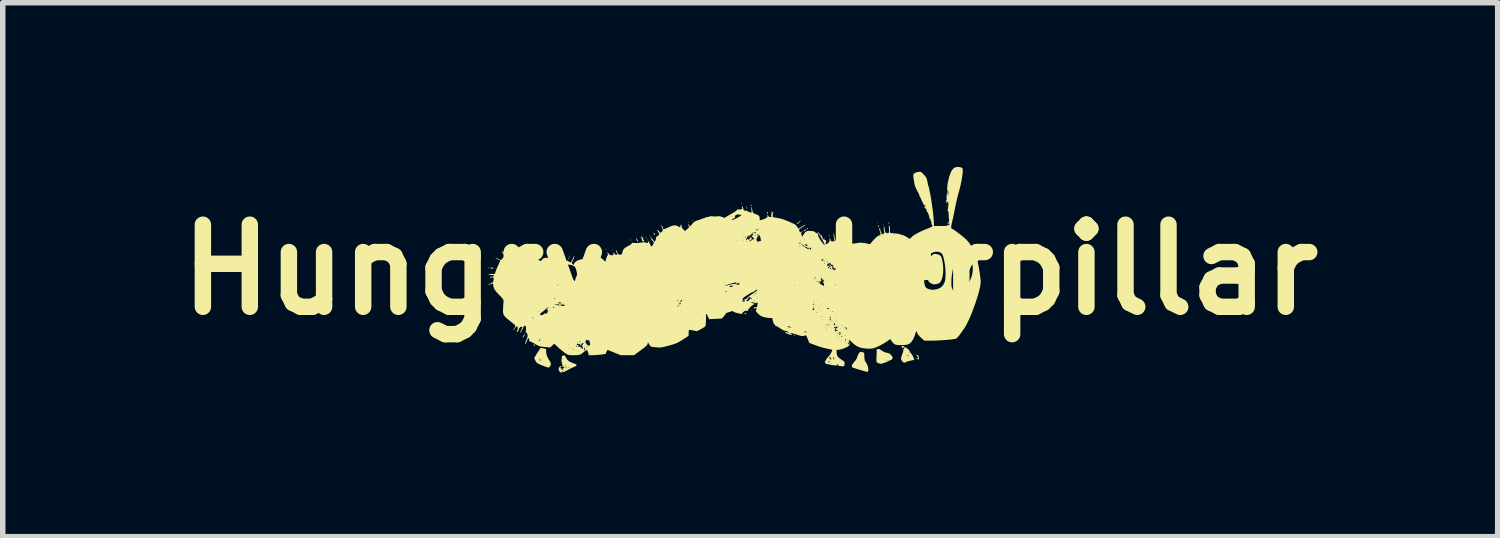
<source format=kicad_pcb>
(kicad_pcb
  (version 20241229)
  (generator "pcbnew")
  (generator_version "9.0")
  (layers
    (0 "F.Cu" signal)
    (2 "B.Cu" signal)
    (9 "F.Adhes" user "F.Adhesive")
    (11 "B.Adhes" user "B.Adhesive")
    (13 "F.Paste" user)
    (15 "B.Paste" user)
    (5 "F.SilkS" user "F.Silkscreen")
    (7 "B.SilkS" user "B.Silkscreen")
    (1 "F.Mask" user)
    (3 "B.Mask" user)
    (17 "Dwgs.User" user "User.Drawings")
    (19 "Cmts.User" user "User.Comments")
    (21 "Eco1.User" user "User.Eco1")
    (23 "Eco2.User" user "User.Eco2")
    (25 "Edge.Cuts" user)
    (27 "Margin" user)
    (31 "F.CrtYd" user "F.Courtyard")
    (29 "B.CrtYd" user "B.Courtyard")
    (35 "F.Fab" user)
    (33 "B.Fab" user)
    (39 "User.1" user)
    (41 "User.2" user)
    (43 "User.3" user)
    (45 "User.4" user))
  (footprint "Hungry_Caterpillar"
    (layer "F.Cu")
    (at 10.657 1.877)
    (property "Reference" "Hungry_Caterpillar" (at 0 0 0) (layer "F.SilkS") (effects (font (size 1.5 1.5) (thickness 0.3))))
    (attr board_only exclude_from_pos_files exclude_from_bom)
    (fp_poly (pts (xy -4.656 -0.227) (xy -4.661 -0.222) (xy -4.666 -0.227) (xy -4.661 -0.232)) (stroke (width 0) (type solid)) (fill yes) (layer "F.SilkS"))
    (fp_poly (pts (xy -4.281 -0.404) (xy -4.286 -0.399) (xy -4.291 -0.404) (xy -4.286 -0.409)) (stroke (width 0) (type solid)) (fill yes) (layer "F.SilkS"))
    (fp_poly (pts (xy -3.719 0.769) (xy -3.724 0.774) (xy -3.729 0.769) (xy -3.724 0.764)) (stroke (width 0) (type solid)) (fill yes) (layer "F.SilkS"))
    (fp_poly (pts (xy -3.452 -0.039) (xy -3.457 -0.035) (xy -3.462 -0.039) (xy -3.457 -0.044)) (stroke (width 0) (type solid)) (fill yes) (layer "F.SilkS"))
    (fp_poly (pts (xy -3.452 1.716) (xy -3.457 1.721) (xy -3.462 1.716) (xy -3.457 1.711)) (stroke (width 0) (type solid)) (fill yes) (layer "F.SilkS"))
    (fp_poly (pts (xy -3.433 -0.059) (xy -3.438 -0.054) (xy -3.443 -0.059) (xy -3.438 -0.064)) (stroke (width 0) (type solid)) (fill yes) (layer "F.SilkS"))
    (fp_poly (pts (xy -3.285 0.128) (xy -3.29 0.133) (xy -3.295 0.128) (xy -3.29 0.123)) (stroke (width 0) (type solid)) (fill yes) (layer "F.SilkS"))
    (fp_poly (pts (xy -3.186 0.148) (xy -3.191 0.153) (xy -3.196 0.148) (xy -3.191 0.143)) (stroke (width 0) (type solid)) (fill yes) (layer "F.SilkS"))
    (fp_poly (pts (xy -2.88 -0.326) (xy -2.885 -0.321) (xy -2.89 -0.326) (xy -2.885 -0.33)) (stroke (width 0) (type solid)) (fill yes) (layer "F.SilkS"))
    (fp_poly (pts (xy -2.071 -0.602) (xy -2.076 -0.597) (xy -2.081 -0.602) (xy -2.076 -0.607)) (stroke (width 0) (type solid)) (fill yes) (layer "F.SilkS"))
    (fp_poly (pts (xy -1.963 -0.602) (xy -1.968 -0.597) (xy -1.973 -0.602) (xy -1.968 -0.607)) (stroke (width 0) (type solid)) (fill yes) (layer "F.SilkS"))
    (fp_poly (pts (xy -0.079 0.779) (xy -0.084 0.784) (xy -0.089 0.779) (xy -0.084 0.774)) (stroke (width 0) (type solid)) (fill yes) (layer "F.SilkS"))
    (fp_poly (pts (xy 0.483 1.046) (xy 0.478 1.051) (xy 0.473 1.046) (xy 0.478 1.041)) (stroke (width 0) (type solid)) (fill yes) (layer "F.SilkS"))
    (fp_poly (pts (xy 0.621 1.134) (xy 0.617 1.139) (xy 0.612 1.134) (xy 0.617 1.129)) (stroke (width 0) (type solid)) (fill yes) (layer "F.SilkS"))
    (fp_poly (pts (xy 1.292 0.237) (xy 1.287 0.242) (xy 1.282 0.237) (xy 1.287 0.232)) (stroke (width 0) (type solid)) (fill yes) (layer "F.SilkS"))
    (fp_poly (pts (xy 1.332 0.197) (xy 1.327 0.202) (xy 1.322 0.197) (xy 1.327 0.192)) (stroke (width 0) (type solid)) (fill yes) (layer "F.SilkS"))
    (fp_poly (pts (xy 2.742 0.69) (xy 2.737 0.695) (xy 2.732 0.69) (xy 2.737 0.686)) (stroke (width 0) (type solid)) (fill yes) (layer "F.SilkS"))
    (fp_poly (pts (xy 2.999 1.549) (xy 2.994 1.554) (xy 2.989 1.549) (xy 2.994 1.544)) (stroke (width 0) (type solid)) (fill yes) (layer "F.SilkS"))
    (fp_poly (pts (xy 3.018 1.647) (xy 3.013 1.652) (xy 3.009 1.647) (xy 3.013 1.642)) (stroke (width 0) (type solid)) (fill yes) (layer "F.SilkS"))
    (fp_poly (pts (xy 3.038 1.549) (xy 3.033 1.554) (xy 3.028 1.549) (xy 3.033 1.544)) (stroke (width 0) (type solid)) (fill yes) (layer "F.SilkS"))
    (fp_poly (pts (xy 3.285 -0.907) (xy 3.28 -0.903) (xy 3.275 -0.907) (xy 3.28 -0.912)) (stroke (width 0) (type solid)) (fill yes) (layer "F.SilkS"))
    (fp_poly (pts (xy 3.295 -0.888) (xy 3.29 -0.883) (xy 3.285 -0.888) (xy 3.29 -0.893)) (stroke (width 0) (type solid)) (fill yes) (layer "F.SilkS"))
    (fp_poly (pts (xy 3.591 -1.203) (xy 3.586 -1.198) (xy 3.581 -1.203) (xy 3.586 -1.208)) (stroke (width 0) (type solid)) (fill yes) (layer "F.SilkS"))
    (fp_poly (pts (xy 3.6 -1.006) (xy 3.595 -1.001) (xy 3.591 -1.006) (xy 3.595 -1.011)) (stroke (width 0) (type solid)) (fill yes) (layer "F.SilkS"))
    (fp_poly (pts (xy 3.61 -0.878) (xy 3.605 -0.873) (xy 3.6 -0.878) (xy 3.605 -0.883)) (stroke (width 0) (type solid)) (fill yes) (layer "F.SilkS"))
    (fp_poly (pts (xy 3.62 -0.957) (xy 3.615 -0.952) (xy 3.61 -0.957) (xy 3.615 -0.962)) (stroke (width 0) (type solid)) (fill yes) (layer "F.SilkS"))
    (fp_poly (pts (xy -4.659 -0.021) (xy -4.658 -0.01) (xy -4.659 -0.008) (xy -4.665 -0.01) (xy -4.666 -0.015) (xy -4.662 -0.023)) (stroke (width 0) (type solid)) (fill yes) (layer "F.SilkS"))
    (fp_poly (pts (xy -4.274 1.182) (xy -4.273 1.194) (xy -4.274 1.195) (xy -4.28 1.194) (xy -4.281 1.189) (xy -4.277 1.181)) (stroke (width 0) (type solid)) (fill yes) (layer "F.SilkS"))
    (fp_poly (pts (xy -3.288 -0.288) (xy -3.287 -0.276) (xy -3.288 -0.275) (xy -3.294 -0.276) (xy -3.295 -0.281) (xy -3.291 -0.289)) (stroke (width 0) (type solid)) (fill yes) (layer "F.SilkS"))
    (fp_poly (pts (xy -2.519 -0.376) (xy -2.52 -0.371) (xy -2.525 -0.37) (xy -2.533 -0.374) (xy -2.532 -0.376) (xy -2.52 -0.378)) (stroke (width 0) (type solid)) (fill yes) (layer "F.SilkS"))
    (fp_poly (pts (xy -1.128 -0.875) (xy -1.126 -0.859) (xy -1.128 -0.856) (xy -1.133 -0.859) (xy -1.134 -0.869) (xy -1.131 -0.879)) (stroke (width 0) (type solid)) (fill yes) (layer "F.SilkS"))
    (fp_poly (pts (xy -0.151 -1.22) (xy -0.15 -1.205) (xy -0.152 -1.201) (xy -0.156 -1.204) (xy -0.157 -1.214) (xy -0.155 -1.225)) (stroke (width 0) (type solid)) (fill yes) (layer "F.SilkS"))
    (fp_poly (pts (xy -0.003 -0.603) (xy -0.002 -0.592) (xy -0.003 -0.59) (xy -0.009 -0.592) (xy -0.01 -0.597) (xy -0.006 -0.605)) (stroke (width 0) (type solid)) (fill yes) (layer "F.SilkS"))
    (fp_poly (pts (xy 0.036 0.738) (xy 0.035 0.744) (xy 0.03 0.745) (xy 0.021 0.741) (xy 0.023 0.738) (xy 0.035 0.737)) (stroke (width 0) (type solid)) (fill yes) (layer "F.SilkS"))
    (fp_poly (pts (xy 1.318 0.225) (xy 1.317 0.231) (xy 1.312 0.232) (xy 1.304 0.228) (xy 1.305 0.225) (xy 1.317 0.224)) (stroke (width 0) (type solid)) (fill yes) (layer "F.SilkS"))
    (fp_poly (pts (xy 1.427 -0.09) (xy 1.428 -0.079) (xy 1.427 -0.077) (xy 1.421 -0.079) (xy 1.42 -0.084) (xy 1.424 -0.092)) (stroke (width 0) (type solid)) (fill yes) (layer "F.SilkS"))
    (fp_poly (pts (xy 1.841 1.36) (xy 1.84 1.365) (xy 1.835 1.366) (xy 1.827 1.363) (xy 1.828 1.36) (xy 1.84 1.358)) (stroke (width 0) (type solid)) (fill yes) (layer "F.SilkS"))
    (fp_poly (pts (xy 2.325 -0.86) (xy 2.326 -0.848) (xy 2.325 -0.847) (xy 2.319 -0.848) (xy 2.318 -0.853) (xy 2.322 -0.861)) (stroke (width 0) (type solid)) (fill yes) (layer "F.SilkS"))
    (fp_poly (pts (xy 2.443 -0.826) (xy 2.444 -0.81) (xy 2.442 -0.807) (xy 2.438 -0.81) (xy 2.437 -0.82) (xy 2.44 -0.83)) (stroke (width 0) (type solid)) (fill yes) (layer "F.SilkS"))
    (fp_poly (pts (xy 3.587 -1.166) (xy 3.588 -1.154) (xy 3.587 -1.152) (xy 3.581 -1.154) (xy 3.581 -1.159) (xy 3.584 -1.167)) (stroke (width 0) (type solid)) (fill yes) (layer "F.SilkS"))
    (fp_poly (pts (xy -4.369 -0.392) (xy -4.368 -0.392) (xy -4.361 -0.375) (xy -4.362 -0.369) (xy -4.367 -0.366) (xy -4.372 -0.379) (xy -4.375 -0.394)) (stroke (width 0) (type solid)) (fill yes) (layer "F.SilkS"))
    (fp_poly (pts (xy -2.872 -0.293) (xy -2.87 -0.282) (xy -2.873 -0.264) (xy -2.879 -0.265) (xy -2.884 -0.276) (xy -2.884 -0.292) (xy -2.88 -0.296)) (stroke (width 0) (type solid)) (fill yes) (layer "F.SilkS"))
    (fp_poly (pts (xy -2.635 -0.376) (xy -2.625 -0.366) (xy -2.627 -0.36) (xy -2.628 -0.36) (xy -2.637 -0.367) (xy -2.64 -0.371) (xy -2.641 -0.378)) (stroke (width 0) (type solid)) (fill yes) (layer "F.SilkS"))
    (fp_poly (pts (xy -2.18 -0.551) (xy -2.179 -0.55) (xy -2.171 -0.537) (xy -2.172 -0.532) (xy -2.179 -0.535) (xy -2.184 -0.545) (xy -2.187 -0.556)) (stroke (width 0) (type solid)) (fill yes) (layer "F.SilkS"))
    (fp_poly (pts (xy -1.905 -0.593) (xy -1.895 -0.584) (xy -1.894 -0.581) (xy -1.899 -0.577) (xy -1.908 -0.586) (xy -1.91 -0.588) (xy -1.911 -0.595)) (stroke (width 0) (type solid)) (fill yes) (layer "F.SilkS"))
    (fp_poly (pts (xy -1.886 -0.553) (xy -1.875 -0.544) (xy -1.874 -0.542) (xy -1.879 -0.538) (xy -1.889 -0.547) (xy -1.89 -0.549) (xy -1.891 -0.556)) (stroke (width 0) (type solid)) (fill yes) (layer "F.SilkS"))
    (fp_poly (pts (xy -1.057 -0.908) (xy -1.046 -0.899) (xy -1.049 -0.893) (xy -1.05 -0.893) (xy -1.058 -0.9) (xy -1.061 -0.904) (xy -1.062 -0.911)) (stroke (width 0) (type solid)) (fill yes) (layer "F.SilkS"))
    (fp_poly (pts (xy 1.35 -0.593) (xy 1.36 -0.583) (xy 1.358 -0.577) (xy 1.357 -0.577) (xy 1.349 -0.584) (xy 1.346 -0.588) (xy 1.344 -0.595)) (stroke (width 0) (type solid)) (fill yes) (layer "F.SilkS"))
    (fp_poly (pts (xy 2.534 -0.865) (xy 2.538 -0.854) (xy 2.54 -0.836) (xy 2.535 -0.836) (xy 2.529 -0.849) (xy 2.526 -0.865) (xy 2.528 -0.869)) (stroke (width 0) (type solid)) (fill yes) (layer "F.SilkS"))
    (fp_poly (pts (xy -4.775 -0.037) (xy -4.774 -0.035) (xy -4.778 -0.025) (xy -4.779 -0.025) (xy -4.787 -0.032) (xy -4.789 -0.035) (xy -4.788 -0.044) (xy -4.785 -0.044)) (stroke (width 0) (type solid)) (fill yes) (layer "F.SilkS"))
    (fp_poly (pts (xy -4.279 -0.384) (xy -4.275 -0.376) (xy -4.272 -0.359) (xy -4.274 -0.354) (xy -4.281 -0.358) (xy -4.285 -0.366) (xy -4.288 -0.382) (xy -4.286 -0.388)) (stroke (width 0) (type solid)) (fill yes) (layer "F.SilkS"))
    (fp_poly (pts (xy -3.937 1.376) (xy -3.936 1.382) (xy -3.941 1.394) (xy -3.946 1.396) (xy -3.954 1.387) (xy -3.955 1.375) (xy -3.952 1.362) (xy -3.946 1.361)) (stroke (width 0) (type solid)) (fill yes) (layer "F.SilkS"))
    (fp_poly (pts (xy -3.315 -0.205) (xy -3.314 -0.202) (xy -3.318 -0.193) (xy -3.319 -0.192) (xy -3.327 -0.199) (xy -3.329 -0.202) (xy -3.328 -0.211) (xy -3.325 -0.212)) (stroke (width 0) (type solid)) (fill yes) (layer "F.SilkS"))
    (fp_poly (pts (xy -3.298 -0.236) (xy -3.3 -0.232) (xy -3.308 -0.222) (xy -3.31 -0.222) (xy -3.314 -0.23) (xy -3.314 -0.232) (xy -3.307 -0.241) (xy -3.304 -0.242)) (stroke (width 0) (type solid)) (fill yes) (layer "F.SilkS"))
    (fp_poly (pts (xy -1.818 -0.61) (xy -1.82 -0.607) (xy -1.829 -0.597) (xy -1.83 -0.597) (xy -1.835 -0.604) (xy -1.835 -0.607) (xy -1.827 -0.616) (xy -1.824 -0.617)) (stroke (width 0) (type solid)) (fill yes) (layer "F.SilkS"))
    (fp_poly (pts (xy -1.751 -0.666) (xy -1.738 -0.65) (xy -1.738 -0.639) (xy -1.745 -0.636) (xy -1.756 -0.644) (xy -1.76 -0.652) (xy -1.765 -0.67) (xy -1.761 -0.673)) (stroke (width 0) (type solid)) (fill yes) (layer "F.SilkS"))
    (fp_poly (pts (xy -0.07 0.798) (xy -0.069 0.804) (xy -0.078 0.811) (xy -0.096 0.813) (xy -0.114 0.812) (xy -0.113 0.808) (xy -0.104 0.804) (xy -0.081 0.796)) (stroke (width 0) (type solid)) (fill yes) (layer "F.SilkS"))
    (fp_poly (pts (xy -0.062 -1.152) (xy -0.06 -1.126) (xy -0.062 -1.112) (xy -0.065 -1.11) (xy -0.066 -1.124) (xy -0.067 -1.134) (xy -0.066 -1.153) (xy -0.063 -1.156)) (stroke (width 0) (type solid)) (fill yes) (layer "F.SilkS"))
    (fp_poly (pts (xy -0.023 -0.601) (xy -0.025 -0.597) (xy -0.034 -0.587) (xy -0.035 -0.587) (xy -0.039 -0.595) (xy -0.039 -0.597) (xy -0.032 -0.606) (xy -0.029 -0.607)) (stroke (width 0) (type solid)) (fill yes) (layer "F.SilkS"))
    (fp_poly (pts (xy 0.022 -1.181) (xy 0.029 -1.168) (xy 0.028 -1.164) (xy 0.018 -1.164) (xy 0.016 -1.166) (xy 0.01 -1.181) (xy 0.01 -1.182) (xy 0.015 -1.186)) (stroke (width 0) (type solid)) (fill yes) (layer "F.SilkS"))
    (fp_poly (pts (xy 0.324 -1.053) (xy 0.326 -1.047) (xy 0.32 -1.03) (xy 0.316 -1.026) (xy 0.307 -1.028) (xy 0.306 -1.035) (xy 0.312 -1.052) (xy 0.316 -1.055)) (stroke (width 0) (type solid)) (fill yes) (layer "F.SilkS"))
    (fp_poly (pts (xy 0.394 -1.055) (xy 0.395 -1.052) (xy 0.387 -1.038) (xy 0.385 -1.036) (xy 0.376 -1.036) (xy 0.375 -1.039) (xy 0.382 -1.053) (xy 0.385 -1.055)) (stroke (width 0) (type solid)) (fill yes) (layer "F.SilkS"))
    (fp_poly (pts (xy 0.816 1.193) (xy 0.819 1.198) (xy 0.817 1.207) (xy 0.809 1.205) (xy 0.799 1.198) (xy 0.79 1.191) (xy 0.799 1.189) (xy 0.801 1.189)) (stroke (width 0) (type solid)) (fill yes) (layer "F.SilkS"))
    (fp_poly (pts (xy 1.054 -0.757) (xy 1.055 -0.75) (xy 1.05 -0.737) (xy 1.046 -0.735) (xy 1.036 -0.742) (xy 1.036 -0.744) (xy 1.043 -0.758) (xy 1.046 -0.76)) (stroke (width 0) (type solid)) (fill yes) (layer "F.SilkS"))
    (fp_poly (pts (xy 1.45 -0.619) (xy 1.45 -0.617) (xy 1.447 -0.607) (xy 1.446 -0.607) (xy 1.437 -0.614) (xy 1.435 -0.617) (xy 1.436 -0.626) (xy 1.44 -0.626)) (stroke (width 0) (type solid)) (fill yes) (layer "F.SilkS"))
    (fp_poly (pts (xy 2.339 -0.807) (xy 2.348 -0.799) (xy 2.356 -0.784) (xy 2.355 -0.779) (xy 2.346 -0.781) (xy 2.338 -0.789) (xy 2.33 -0.804) (xy 2.33 -0.809)) (stroke (width 0) (type solid)) (fill yes) (layer "F.SilkS"))
    (fp_poly (pts (xy 0.917 -0.888) (xy 0.892 -0.857) (xy 0.869 -0.838) (xy 0.857 -0.834) (xy 0.854 -0.839) (xy 0.864 -0.851) (xy 0.887 -0.87) (xy 0.908 -0.888) (xy 0.932 -0.907)) (stroke (width 0) (type solid)) (fill yes) (layer "F.SilkS"))
    (fp_poly (pts (xy 1.599 -0.629) (xy 1.606 -0.612) (xy 1.605 -0.595) (xy 1.601 -0.58) (xy 1.599 -0.577) (xy 1.596 -0.589) (xy 1.593 -0.611) (xy 1.592 -0.629) (xy 1.598 -0.63)) (stroke (width 0) (type solid)) (fill yes) (layer "F.SilkS"))
    (fp_poly (pts (xy -4.712 -0.037) (xy -4.694 -0.032) (xy -4.695 -0.025) (xy -4.697 -0.023) (xy -4.71 -0.017) (xy -4.722 -0.018) (xy -4.739 -0.024) (xy -4.751 -0.032) (xy -4.747 -0.037) (xy -4.73 -0.039)) (stroke (width 0) (type solid)) (fill yes) (layer "F.SilkS"))
    (fp_poly (pts (xy -4.178 -0.375) (xy -4.166 -0.358) (xy -4.163 -0.349) (xy -4.168 -0.34) (xy -4.178 -0.332) (xy -4.183 -0.332) (xy -4.185 -0.343) (xy -4.188 -0.365) (xy -4.19 -0.384) (xy -4.187 -0.387)) (stroke (width 0) (type solid)) (fill yes) (layer "F.SilkS"))
    (fp_poly (pts (xy 1.024 -0.73) (xy 1.015 -0.719) (xy 0.999 -0.707) (xy 0.996 -0.705) (xy 0.98 -0.7) (xy 0.977 -0.705) (xy 0.984 -0.716) (xy 1.001 -0.728) (xy 1.019 -0.735) (xy 1.021 -0.735)) (stroke (width 0) (type solid)) (fill yes) (layer "F.SilkS"))
    (fp_poly (pts (xy 2.814 1.397) (xy 2.817 1.402) (xy 2.806 1.415) (xy 2.791 1.43) (xy 2.781 1.435) (xy 2.773 1.427) (xy 2.769 1.415) (xy 2.768 1.402) (xy 2.78 1.396) (xy 2.794 1.396)) (stroke (width 0) (type solid)) (fill yes) (layer "F.SilkS"))
    (fp_poly (pts (xy -4.114 1.185) (xy -4.12 1.197) (xy -4.134 1.218) (xy -4.138 1.223) (xy -4.153 1.24) (xy -4.158 1.242) (xy -4.156 1.231) (xy -4.149 1.215) (xy -4.136 1.198) (xy -4.124 1.185) (xy -4.115 1.181)) (stroke (width 0) (type solid)) (fill yes) (layer "F.SilkS"))
    (fp_poly (pts (xy 1.457 -0.086) (xy 1.467 -0.079) (xy 1.472 -0.08) (xy 1.478 -0.081) (xy 1.476 -0.076) (xy 1.469 -0.066) (xy 1.46 -0.067) (xy 1.45 -0.074) (xy 1.442 -0.085) (xy 1.444 -0.091) (xy 1.454 -0.091)) (stroke (width 0) (type solid)) (fill yes) (layer "F.SilkS"))
    (fp_poly (pts (xy -2.071 -0.572) (xy -2.065 -0.561) (xy -2.066 -0.557) (xy -2.064 -0.547) (xy -2.061 -0.545) (xy -2.053 -0.534) (xy -2.053 -0.525) (xy -2.057 -0.514) (xy -2.064 -0.519) (xy -2.069 -0.527) (xy -2.078 -0.548) (xy -2.081 -0.565) (xy -2.077 -0.573)) (stroke (width 0) (type solid)) (fill yes) (layer "F.SilkS"))
    (fp_poly (pts (xy -1.983 -0.601) (xy -1.983 -0.598) (xy -1.974 -0.589) (xy -1.96 -0.583) (xy -1.946 -0.577) (xy -1.949 -0.57) (xy -1.953 -0.568) (xy -1.962 -0.559) (xy -1.955 -0.549) (xy -1.95 -0.545) (xy -1.938 -0.533) (xy -1.942 -0.524) (xy -1.947 -0.519) (xy -1.96 -0.513) (xy -1.97 -0.523) (xy -1.972 -0.526) (xy -1.981 -0.551) (xy -1.983 -0.565) (xy -1.989 -0.587) (xy -1.995 -0.595) (xy -2.001 -0.605) (xy -1.995 -0.607)) (stroke (width 0) (type solid)) (fill yes) (layer "F.SilkS"))
    (fp_poly (pts (xy 3.067 1.569) (xy 3.071 1.575) (xy 3.082 1.599) (xy 3.084 1.623) (xy 3.079 1.639) (xy 3.071 1.642) (xy 3.059 1.636) (xy 3.058 1.632) (xy 3.052 1.626) (xy 3.048 1.628) (xy 3.039 1.626) (xy 3.038 1.623) (xy 3.046 1.616) (xy 3.059 1.618) (xy 3.073 1.621) (xy 3.072 1.612) (xy 3.069 1.605) (xy 3.055 1.587) (xy 3.046 1.58) (xy 3.038 1.573) (xy 3.045 1.564) (xy 3.055 1.558)) (stroke (width 0) (type solid)) (fill yes) (layer "F.SilkS"))
    (fp_poly (pts (xy 3.923 -0.175) (xy 3.953 -0.153) (xy 3.973 -0.116) (xy 3.983 -0.062) (xy 3.984 -0.034) (xy 3.978 0.063) (xy 3.955 0.15) (xy 3.914 0.23) (xy 3.855 0.306) (xy 3.849 0.312) (xy 3.813 0.348) (xy 3.786 0.37) (xy 3.764 0.378) (xy 3.747 0.374) (xy 3.734 0.364) (xy 3.723 0.341) (xy 3.718 0.301) (xy 3.72 0.246) (xy 3.728 0.177) (xy 3.741 0.098) (xy 3.76 0.009) (xy 3.782 -0.074) (xy 3.797 -0.122) (xy 3.812 -0.154) (xy 3.831 -0.172) (xy 3.857 -0.181) (xy 3.882 -0.182)) (stroke (width 0) (type solid)) (fill yes) (layer "F.SilkS"))
    (fp_poly (pts (xy 3.397 -0.286) (xy 3.441 -0.276) (xy 3.47 -0.261) (xy 3.489 -0.237) (xy 3.502 -0.2) (xy 3.505 -0.19) (xy 3.52 -0.109) (xy 3.527 -0.027) (xy 3.525 0.053) (xy 3.515 0.125) (xy 3.496 0.185) (xy 3.487 0.205) (xy 3.469 0.232) (xy 3.452 0.248) (xy 3.426 0.257) (xy 3.412 0.261) (xy 3.38 0.267) (xy 3.36 0.27) (xy 3.344 0.267) (xy 3.325 0.26) (xy 3.309 0.253) (xy 3.279 0.235) (xy 3.259 0.213) (xy 3.246 0.181) (xy 3.24 0.137) (xy 3.238 0.109) (xy 3.237 0.072) (xy 3.239 0.038) (xy 3.244 0.001) (xy 3.253 -0.045) (xy 3.268 -0.104) (xy 3.269 -0.109) (xy 3.287 -0.174) (xy 3.302 -0.223) (xy 3.318 -0.256) (xy 3.335 -0.276) (xy 3.355 -0.286) (xy 3.38 -0.288)) (stroke (width 0) (type solid)) (fill yes) (layer "F.SilkS"))
    (fp_poly (pts (xy 2.039 1.505) (xy 2.063 1.511) (xy 2.078 1.517) (xy 2.079 1.518) (xy 2.082 1.53) (xy 2.084 1.556) (xy 2.086 1.591) (xy 2.086 1.592) (xy 2.089 1.632) (xy 2.095 1.661) (xy 2.107 1.683) (xy 2.114 1.693) (xy 2.133 1.725) (xy 2.147 1.761) (xy 2.156 1.797) (xy 2.158 1.83) (xy 2.155 1.855) (xy 2.144 1.867) (xy 2.138 1.868) (xy 2.124 1.865) (xy 2.096 1.857) (xy 2.056 1.846) (xy 2.01 1.832) (xy 2 1.83) (xy 1.953 1.815) (xy 1.912 1.802) (xy 1.882 1.792) (xy 1.866 1.786) (xy 1.865 1.786) (xy 1.855 1.769) (xy 1.861 1.742) (xy 1.884 1.706) (xy 1.904 1.682) (xy 1.928 1.652) (xy 1.945 1.625) (xy 1.953 1.606) (xy 1.953 1.604) (xy 1.958 1.584) (xy 1.971 1.556) (xy 1.979 1.541) (xy 1.996 1.515) (xy 2.008 1.503) (xy 2.023 1.502)) (stroke (width 0) (type solid)) (fill yes) (layer "F.SilkS"))
    (fp_poly (pts (xy 2.353 1.449) (xy 2.378 1.461) (xy 2.401 1.477) (xy 2.45 1.506) (xy 2.494 1.518) (xy 2.53 1.526) (xy 2.556 1.541) (xy 2.574 1.559) (xy 2.592 1.582) (xy 2.603 1.599) (xy 2.604 1.604) (xy 2.598 1.626) (xy 2.584 1.645) (xy 2.569 1.652) (xy 2.552 1.657) (xy 2.526 1.669) (xy 2.51 1.678) (xy 2.485 1.691) (xy 2.469 1.698) (xy 2.466 1.697) (xy 2.458 1.697) (xy 2.44 1.705) (xy 2.437 1.706) (xy 2.412 1.717) (xy 2.39 1.719) (xy 2.362 1.715) (xy 2.331 1.706) (xy 2.314 1.694) (xy 2.306 1.674) (xy 2.306 1.662) (xy 2.486 1.662) (xy 2.489 1.67) (xy 2.492 1.669) (xy 2.494 1.657) (xy 2.492 1.656) (xy 2.486 1.657) (xy 2.486 1.662) (xy 2.306 1.662) (xy 2.305 1.641) (xy 2.306 1.624) (xy 2.309 1.58) (xy 2.31 1.534) (xy 2.31 1.507) (xy 2.31 1.476) (xy 2.314 1.46) (xy 2.324 1.452) (xy 2.333 1.449)) (stroke (width 0) (type solid)) (fill yes) (layer "F.SilkS"))
    (fp_poly (pts (xy -3.794 1.434) (xy -3.78 1.437) (xy -3.729 1.448) (xy -3.729 1.499) (xy -3.719 1.56) (xy -3.693 1.623) (xy -3.663 1.668) (xy -3.644 1.705) (xy -3.644 1.74) (xy -3.659 1.768) (xy -3.671 1.782) (xy -3.682 1.788) (xy -3.698 1.787) (xy -3.724 1.779) (xy -3.744 1.772) (xy -3.81 1.746) (xy -3.859 1.725) (xy -3.893 1.705) (xy -3.913 1.687) (xy -3.921 1.671) (xy -3.929 1.649) (xy -3.929 1.647) (xy -3.847 1.647) (xy -3.844 1.666) (xy -3.838 1.672) (xy -3.834 1.664) (xy -3.835 1.647) (xy -3.84 1.629) (xy -3.84 1.628) (xy -3.798 1.628) (xy -3.793 1.633) (xy -3.788 1.628) (xy -3.793 1.623) (xy -3.798 1.628) (xy -3.84 1.628) (xy -3.843 1.623) (xy -3.846 1.631) (xy -3.847 1.647) (xy -3.929 1.647) (xy -3.937 1.637) (xy -3.944 1.628) (xy -3.943 1.614) (xy -3.934 1.592) (xy -3.914 1.559) (xy -3.892 1.525) (xy -3.869 1.49) (xy -3.85 1.46) (xy -3.838 1.44) (xy -3.835 1.435) (xy -3.823 1.43)) (stroke (width 0) (type solid)) (fill yes) (layer "F.SilkS"))
    (fp_poly (pts (xy 2.837 1.42) (xy 2.835 1.428) (xy 2.835 1.432) (xy 2.846 1.425) (xy 2.859 1.416) (xy 2.86 1.42) (xy 2.857 1.429) (xy 2.856 1.442) (xy 2.863 1.443) (xy 2.88 1.446) (xy 2.899 1.466) (xy 2.91 1.485) (xy 2.924 1.508) (xy 2.944 1.537) (xy 2.949 1.544) (xy 2.969 1.575) (xy 2.984 1.608) (xy 2.986 1.614) (xy 2.996 1.649) (xy 2.931 1.662) (xy 2.894 1.671) (xy 2.863 1.68) (xy 2.846 1.688) (xy 2.82 1.7) (xy 2.798 1.695) (xy 2.777 1.672) (xy 2.774 1.668) (xy 2.761 1.649) (xy 2.756 1.633) (xy 2.758 1.615) (xy 2.759 1.608) (xy 2.87 1.608) (xy 2.875 1.613) (xy 2.88 1.608) (xy 2.875 1.603) (xy 2.87 1.608) (xy 2.759 1.608) (xy 2.765 1.585) (xy 2.767 1.577) (xy 2.772 1.563) (xy 2.851 1.563) (xy 2.854 1.572) (xy 2.857 1.57) (xy 2.858 1.563) (xy 2.875 1.563) (xy 2.876 1.573) (xy 2.879 1.573) (xy 2.893 1.566) (xy 2.895 1.563) (xy 2.895 1.554) (xy 2.891 1.554) (xy 2.877 1.561) (xy 2.875 1.563) (xy 2.858 1.563) (xy 2.858 1.558) (xy 2.857 1.557) (xy 2.851 1.558) (xy 2.851 1.563) (xy 2.772 1.563) (xy 2.778 1.544) (xy 2.787 1.519) (xy 2.789 1.514) (xy 2.9 1.514) (xy 2.904 1.522) (xy 2.907 1.521) (xy 2.908 1.509) (xy 2.907 1.508) (xy 2.901 1.509) (xy 2.9 1.514) (xy 2.789 1.514) (xy 2.792 1.509) (xy 2.797 1.492) (xy 2.797 1.472) (xy 2.799 1.451) (xy 2.807 1.445) (xy 2.816 1.438) (xy 2.815 1.43) (xy 2.816 1.418) (xy 2.826 1.415)) (stroke (width 0) (type solid)) (fill yes) (layer "F.SilkS"))
    (fp_poly (pts (xy -3.383 1.575) (xy -3.371 1.597) (xy -3.369 1.602) (xy -3.341 1.647) (xy -3.303 1.68) (xy -3.249 1.703) (xy -3.244 1.705) (xy -3.201 1.72) (xy -3.177 1.734) (xy -3.173 1.748) (xy -3.188 1.763) (xy -3.222 1.779) (xy -3.235 1.784) (xy -3.268 1.799) (xy -3.308 1.819) (xy -3.337 1.836) (xy -3.381 1.859) (xy -3.421 1.874) (xy -3.453 1.878) (xy -3.475 1.872) (xy -3.478 1.868) (xy -3.484 1.859) (xy -3.443 1.859) (xy -3.435 1.869) (xy -3.433 1.869) (xy -3.423 1.866) (xy -3.423 1.865) (xy -3.43 1.856) (xy -3.433 1.854) (xy -3.442 1.855) (xy -3.443 1.859) (xy -3.484 1.859) (xy -3.492 1.845) (xy -3.413 1.845) (xy -3.408 1.85) (xy -3.403 1.845) (xy -3.408 1.84) (xy -3.413 1.845) (xy -3.492 1.845) (xy -3.496 1.838) (xy -3.502 1.817) (xy -3.498 1.799) (xy -3.492 1.788) (xy -3.478 1.769) (xy -3.465 1.761) (xy -3.465 1.761) (xy -3.454 1.766) (xy -3.456 1.777) (xy -3.464 1.783) (xy -3.47 1.793) (xy -3.468 1.799) (xy -3.453 1.807) (xy -3.446 1.806) (xy -3.434 1.806) (xy -3.433 1.81) (xy -3.44 1.82) (xy -3.443 1.82) (xy -3.452 1.827) (xy -3.452 1.83) (xy -3.446 1.835) (xy -3.432 1.829) (xy -3.427 1.825) (xy -3.393 1.825) (xy -3.388 1.83) (xy -3.383 1.825) (xy -3.388 1.82) (xy -3.393 1.825) (xy -3.427 1.825) (xy -3.418 1.816) (xy -3.418 1.815) (xy -3.374 1.815) (xy -3.369 1.82) (xy -3.364 1.815) (xy -3.369 1.81) (xy -3.374 1.815) (xy -3.418 1.815) (xy -3.417 1.805) (xy -3.416 1.8) (xy -3.332 1.8) (xy -3.33 1.8) (xy -3.321 1.793) (xy -3.319 1.79) (xy -3.317 1.781) (xy -3.318 1.78) (xy -3.327 1.787) (xy -3.329 1.79) (xy -3.332 1.8) (xy -3.416 1.8) (xy -3.416 1.795) (xy -3.409 1.796) (xy -3.398 1.793) (xy -3.397 1.785) (xy -3.4 1.78) (xy -3.374 1.78) (xy -3.366 1.79) (xy -3.364 1.79) (xy -3.354 1.783) (xy -3.354 1.78) (xy -3.361 1.771) (xy -3.364 1.771) (xy -3.373 1.778) (xy -3.374 1.78) (xy -3.4 1.78) (xy -3.404 1.773) (xy -3.412 1.771) (xy -3.435 1.772) (xy -3.44 1.767) (xy -3.433 1.761) (xy -3.424 1.751) (xy -3.428 1.745) (xy -3.373 1.745) (xy -3.371 1.758) (xy -3.368 1.758) (xy -3.365 1.745) (xy -3.367 1.739) (xy -3.371 1.735) (xy -3.373 1.745) (xy -3.428 1.745) (xy -3.43 1.743) (xy -3.438 1.728) (xy -3.437 1.706) (xy -3.435 1.688) (xy -3.439 1.687) (xy -3.443 1.692) (xy -3.448 1.694) (xy -3.449 1.68) (xy -3.447 1.649) (xy -3.447 1.647) (xy -3.433 1.647) (xy -3.428 1.652) (xy -3.423 1.647) (xy -3.428 1.642) (xy -3.433 1.647) (xy -3.447 1.647) (xy -3.446 1.642) (xy -3.443 1.609) (xy -3.44 1.586) (xy -3.439 1.577) (xy -3.43 1.573) (xy -3.412 1.569) (xy -3.395 1.567)) (stroke (width 0) (type solid)) (fill yes) (layer "F.SilkS"))
    (fp_poly (pts (xy 3.822 -1.875) (xy 3.851 -1.869) (xy 3.87 -1.86) (xy 3.88 -1.845) (xy 3.884 -1.819) (xy 3.882 -1.78) (xy 3.878 -1.738) (xy 3.871 -1.688) (xy 3.863 -1.637) (xy 3.855 -1.594) (xy 3.851 -1.578) (xy 3.843 -1.543) (xy 3.836 -1.513) (xy 3.833 -1.498) (xy 3.828 -1.479) (xy 3.82 -1.447) (xy 3.809 -1.41) (xy 3.809 -1.41) (xy 3.795 -1.36) (xy 3.779 -1.294) (xy 3.761 -1.214) (xy 3.742 -1.122) (xy 3.725 -1.036) (xy 3.715 -0.987) (xy 3.704 -0.936) (xy 3.694 -0.893) (xy 3.694 -0.893) (xy 3.681 -0.839) (xy 3.674 -0.801) (xy 3.671 -0.776) (xy 3.673 -0.76) (xy 3.68 -0.751) (xy 3.69 -0.746) (xy 3.709 -0.736) (xy 3.74 -0.715) (xy 3.778 -0.688) (xy 3.82 -0.656) (xy 3.863 -0.623) (xy 3.902 -0.591) (xy 3.934 -0.563) (xy 3.944 -0.554) (xy 4.003 -0.488) (xy 4.056 -0.406) (xy 4.102 -0.315) (xy 4.138 -0.217) (xy 4.151 -0.167) (xy 4.163 -0.11) (xy 4.176 -0.046) (xy 4.187 0.021) (xy 4.197 0.085) (xy 4.205 0.143) (xy 4.21 0.19) (xy 4.212 0.22) (xy 4.208 0.27) (xy 4.196 0.334) (xy 4.177 0.41) (xy 4.153 0.494) (xy 4.124 0.584) (xy 4.092 0.676) (xy 4.058 0.767) (xy 4.023 0.854) (xy 3.987 0.934) (xy 3.952 1.004) (xy 3.92 1.06) (xy 3.913 1.07) (xy 3.876 1.124) (xy 3.84 1.172) (xy 3.809 1.213) (xy 3.783 1.243) (xy 3.765 1.259) (xy 3.76 1.262) (xy 3.734 1.267) (xy 3.693 1.273) (xy 3.64 1.279) (xy 3.579 1.284) (xy 3.513 1.289) (xy 3.448 1.293) (xy 3.386 1.296) (xy 3.331 1.297) (xy 3.324 1.297) (xy 3.181 1.297) (xy 3.124 1.246) (xy 3.088 1.211) (xy 3.061 1.176) (xy 3.051 1.156) (xy 3.035 1.117) (xy 3.009 1.197) (xy 2.98 1.268) (xy 2.946 1.32) (xy 2.906 1.355) (xy 2.884 1.365) (xy 2.855 1.372) (xy 2.812 1.377) (xy 2.764 1.379) (xy 2.755 1.379) (xy 2.703 1.378) (xy 2.664 1.372) (xy 2.635 1.36) (xy 2.611 1.339) (xy 2.585 1.307) (xy 2.557 1.268) (xy 2.53 1.289) (xy 2.489 1.318) (xy 2.437 1.35) (xy 2.381 1.381) (xy 2.328 1.407) (xy 2.284 1.425) (xy 2.282 1.426) (xy 2.24 1.438) (xy 2.202 1.443) (xy 2.157 1.444) (xy 2.137 1.443) (xy 2.055 1.434) (xy 1.987 1.416) (xy 1.931 1.387) (xy 1.89 1.354) (xy 1.864 1.33) (xy 1.843 1.313) (xy 1.832 1.307) (xy 1.832 1.307) (xy 1.828 1.301) (xy 1.829 1.298) (xy 1.828 1.285) (xy 1.823 1.281) (xy 1.817 1.28) (xy 1.819 1.286) (xy 1.818 1.296) (xy 1.812 1.297) (xy 1.801 1.304) (xy 1.802 1.317) (xy 1.81 1.333) (xy 1.817 1.337) (xy 1.821 1.343) (xy 1.819 1.348) (xy 1.81 1.351) (xy 1.803 1.343) (xy 1.791 1.332) (xy 1.784 1.333) (xy 1.783 1.343) (xy 1.797 1.359) (xy 1.802 1.363) (xy 1.817 1.377) (xy 1.82 1.382) (xy 1.818 1.382) (xy 1.806 1.384) (xy 1.802 1.39) (xy 1.79 1.401) (xy 1.764 1.416) (xy 1.729 1.431) (xy 1.69 1.446) (xy 1.653 1.457) (xy 1.623 1.464) (xy 1.613 1.465) (xy 1.577 1.465) (xy 1.58 1.521) (xy 1.583 1.552) (xy 1.592 1.577) (xy 1.608 1.598) (xy 1.634 1.621) (xy 1.675 1.649) (xy 1.685 1.656) (xy 1.71 1.673) (xy 1.722 1.687) (xy 1.725 1.706) (xy 1.724 1.723) (xy 1.722 1.747) (xy 1.716 1.76) (xy 1.702 1.765) (xy 1.675 1.765) (xy 1.655 1.763) (xy 1.626 1.76) (xy 1.612 1.753) (xy 1.608 1.742) (xy 1.608 1.739) (xy 1.607 1.724) (xy 1.601 1.727) (xy 1.595 1.735) (xy 1.585 1.745) (xy 1.57 1.749) (xy 1.544 1.749) (xy 1.519 1.747) (xy 1.484 1.742) (xy 1.458 1.736) (xy 1.445 1.732) (xy 1.428 1.727) (xy 1.416 1.727) (xy 1.393 1.723) (xy 1.39 1.721) (xy 1.47 1.721) (xy 1.473 1.729) (xy 1.476 1.728) (xy 1.478 1.716) (xy 1.476 1.715) (xy 1.47 1.716) (xy 1.47 1.721) (xy 1.39 1.721) (xy 1.379 1.714) (xy 1.365 1.697) (xy 1.364 1.692) (xy 1.371 1.692) (xy 1.375 1.7) (xy 1.378 1.698) (xy 1.379 1.687) (xy 1.378 1.685) (xy 1.372 1.686) (xy 1.371 1.692) (xy 1.364 1.692) (xy 1.362 1.682) (xy 1.425 1.682) (xy 1.427 1.69) (xy 1.434 1.692) (xy 1.451 1.686) (xy 1.455 1.682) (xy 1.453 1.673) (xy 1.446 1.672) (xy 1.429 1.678) (xy 1.425 1.682) (xy 1.362 1.682) (xy 1.361 1.681) (xy 1.368 1.672) (xy 1.37 1.672) (xy 1.379 1.664) (xy 1.385 1.648) (xy 1.396 1.627) (xy 1.416 1.603) (xy 1.44 1.603) (xy 1.448 1.612) (xy 1.451 1.613) (xy 1.458 1.62) (xy 1.456 1.628) (xy 1.454 1.641) (xy 1.463 1.639) (xy 1.465 1.637) (xy 1.48 1.637) (xy 1.485 1.642) (xy 1.489 1.637) (xy 1.485 1.633) (xy 1.48 1.637) (xy 1.465 1.637) (xy 1.475 1.629) (xy 1.482 1.618) (xy 1.473 1.609) (xy 1.464 1.604) (xy 1.446 1.599) (xy 1.44 1.603) (xy 1.416 1.603) (xy 1.416 1.603) (xy 1.42 1.599) (xy 1.513 1.599) (xy 1.519 1.607) (xy 1.526 1.624) (xy 1.524 1.632) (xy 1.525 1.641) (xy 1.528 1.642) (xy 1.538 1.636) (xy 1.539 1.633) (xy 1.534 1.612) (xy 1.524 1.596) (xy 1.517 1.593) (xy 1.513 1.599) (xy 1.42 1.599) (xy 1.423 1.596) (xy 1.443 1.574) (xy 1.465 1.543) (xy 1.484 1.51) (xy 1.496 1.482) (xy 1.499 1.468) (xy 1.49 1.462) (xy 1.466 1.455) (xy 1.432 1.449) (xy 1.423 1.447) (xy 1.384 1.439) (xy 1.332 1.426) (xy 1.275 1.409) (xy 1.218 1.39) (xy 1.213 1.388) (xy 1.08 1.339) (xy 1.076 1.33) (xy 1.73 1.33) (xy 1.731 1.336) (xy 1.736 1.337) (xy 1.744 1.333) (xy 1.743 1.33) (xy 1.731 1.329) (xy 1.73 1.33) (xy 1.076 1.33) (xy 1.061 1.292) (xy 1.657 1.292) (xy 1.662 1.297) (xy 1.667 1.292) (xy 1.662 1.287) (xy 1.657 1.292) (xy 1.061 1.292) (xy 1.057 1.282) (xy 1.732 1.282) (xy 1.733 1.295) (xy 1.743 1.296) (xy 1.75 1.288) (xy 1.75 1.275) (xy 1.747 1.273) (xy 1.737 1.276) (xy 1.732 1.282) (xy 1.057 1.282) (xy 1.053 1.272) (xy 1.776 1.272) (xy 1.78 1.277) (xy 1.785 1.272) (xy 1.78 1.268) (xy 1.776 1.272) (xy 1.053 1.272) (xy 1.053 1.272) (xy 1.045 1.253) (xy 1.608 1.253) (xy 1.613 1.258) (xy 1.618 1.253) (xy 1.613 1.248) (xy 1.608 1.253) (xy 1.045 1.253) (xy 1.039 1.239) (xy 1.028 1.213) (xy 1.028 1.213) (xy 1.608 1.213) (xy 1.613 1.218) (xy 1.617 1.214) (xy 1.661 1.214) (xy 1.662 1.218) (xy 1.675 1.228) (xy 1.678 1.228) (xy 1.683 1.222) (xy 1.682 1.218) (xy 1.669 1.209) (xy 1.666 1.208) (xy 1.661 1.214) (xy 1.617 1.214) (xy 1.618 1.213) (xy 1.613 1.208) (xy 1.608 1.213) (xy 1.028 1.213) (xy 1.022 1.202) (xy 1.73 1.202) (xy 1.731 1.208) (xy 1.736 1.208) (xy 1.744 1.205) (xy 1.743 1.202) (xy 1.731 1.201) (xy 1.73 1.202) (xy 1.022 1.202) (xy 1.022 1.201) (xy 1.021 1.201) (xy 1.01 1.201) (xy 0.988 1.206) (xy 0.983 1.208) (xy 0.961 1.213) (xy 0.938 1.212) (xy 0.908 1.205) (xy 0.886 1.198) (xy 0.844 1.184) (xy 0.81 1.174) (xy 1.588 1.174) (xy 1.593 1.179) (xy 1.598 1.174) (xy 1.593 1.169) (xy 1.588 1.174) (xy 0.81 1.174) (xy 0.803 1.172) (xy 0.782 1.166) (xy 1.613 1.166) (xy 1.614 1.174) (xy 1.624 1.186) (xy 1.634 1.188) (xy 1.636 1.184) (xy 1.647 1.184) (xy 1.652 1.189) (xy 1.657 1.184) (xy 1.652 1.179) (xy 1.647 1.184) (xy 1.636 1.184) (xy 1.637 1.18) (xy 1.63 1.169) (xy 1.623 1.166) (xy 1.613 1.166) (xy 0.782 1.166) (xy 0.766 1.162) (xy 0.738 1.155) (xy 0.732 1.154) (xy 1.578 1.154) (xy 1.583 1.159) (xy 1.588 1.154) (xy 1.583 1.149) (xy 1.578 1.154) (xy 0.732 1.154) (xy 0.724 1.153) (xy 0.723 1.153) (xy 0.728 1.159) (xy 0.745 1.169) (xy 0.763 1.181) (xy 0.769 1.189) (xy 0.761 1.192) (xy 0.74 1.19) (xy 0.712 1.183) (xy 0.682 1.173) (xy 0.657 1.161) (xy 0.638 1.15) (xy 0.634 1.145) (xy 0.646 1.142) (xy 0.65 1.141) (xy 0.672 1.143) (xy 0.684 1.148) (xy 0.699 1.159) (xy 0.705 1.155) (xy 0.697 1.141) (xy 0.695 1.139) (xy 0.683 1.131) (xy 0.981 1.131) (xy 0.982 1.135) (xy 0.991 1.139) (xy 1.016 1.147) (xy 1.03 1.147) (xy 1.03 1.144) (xy 1.621 1.144) (xy 1.628 1.154) (xy 1.643 1.167) (xy 1.655 1.167) (xy 1.657 1.16) (xy 1.649 1.149) (xy 1.642 1.145) (xy 1.623 1.14) (xy 1.621 1.144) (xy 1.03 1.144) (xy 1.031 1.139) (xy 1.017 1.132) (xy 0.998 1.13) (xy 0.981 1.131) (xy 0.683 1.131) (xy 0.672 1.124) (xy 0.652 1.12) (xy 0.624 1.114) (xy 0.589 1.098) (xy 0.575 1.09) (xy 1.391 1.09) (xy 1.394 1.098) (xy 1.397 1.097) (xy 1.399 1.085) (xy 1.397 1.083) (xy 1.392 1.085) (xy 1.391 1.09) (xy 0.575 1.09) (xy 0.544 1.07) (xy 0.536 1.065) (xy 1.401 1.065) (xy 1.406 1.07) (xy 1.411 1.065) (xy 1.408 1.062) (xy 1.53 1.062) (xy 1.532 1.069) (xy 1.535 1.069) (xy 1.552 1.069) (xy 1.559 1.069) (xy 1.567 1.073) (xy 1.559 1.082) (xy 1.555 1.084) (xy 1.545 1.098) (xy 1.548 1.105) (xy 1.555 1.116) (xy 1.553 1.12) (xy 1.554 1.129) (xy 1.557 1.129) (xy 1.571 1.122) (xy 1.573 1.119) (xy 1.585 1.114) (xy 1.589 1.115) (xy 1.591 1.115) (xy 1.776 1.115) (xy 1.78 1.12) (xy 1.785 1.115) (xy 1.78 1.11) (xy 1.776 1.115) (xy 1.591 1.115) (xy 1.597 1.114) (xy 1.598 1.11) (xy 1.59 1.102) (xy 1.578 1.1) (xy 1.565 1.098) (xy 1.566 1.087) (xy 1.57 1.08) (xy 1.575 1.075) (xy 1.647 1.075) (xy 1.652 1.08) (xy 1.657 1.075) (xy 1.652 1.07) (xy 1.647 1.075) (xy 1.575 1.075) (xy 1.585 1.064) (xy 1.596 1.058) (xy 1.598 1.055) (xy 1.716 1.055) (xy 1.721 1.06) (xy 1.724 1.058) (xy 1.74 1.058) (xy 1.745 1.075) (xy 1.748 1.079) (xy 1.758 1.093) (xy 1.763 1.09) (xy 1.764 1.084) (xy 1.761 1.064) (xy 1.757 1.058) (xy 1.744 1.05) (xy 1.74 1.058) (xy 1.724 1.058) (xy 1.726 1.055) (xy 1.721 1.051) (xy 1.716 1.055) (xy 1.598 1.055) (xy 1.6 1.052) (xy 1.588 1.043) (xy 1.573 1.036) (xy 1.571 1.042) (xy 1.565 1.055) (xy 1.56 1.058) (xy 1.551 1.058) (xy 1.554 1.051) (xy 1.555 1.042) (xy 1.548 1.042) (xy 1.537 1.051) (xy 1.53 1.062) (xy 1.408 1.062) (xy 1.406 1.06) (xy 1.401 1.065) (xy 0.536 1.065) (xy 0.525 1.057) (xy 0.498 1.04) (xy 0.486 1.034) (xy 0.683 1.034) (xy 0.688 1.042) (xy 0.703 1.05) (xy 0.721 1.056) (xy 0.731 1.058) (xy 0.755 1.059) (xy 0.748 1.055) (xy 1.46 1.055) (xy 1.465 1.06) (xy 1.47 1.055) (xy 1.465 1.051) (xy 1.46 1.055) (xy 0.748 1.055) (xy 0.73 1.046) (xy 1.371 1.046) (xy 1.376 1.051) (xy 1.381 1.046) (xy 1.376 1.041) (xy 1.371 1.046) (xy 0.73 1.046) (xy 0.73 1.045) (xy 0.707 1.035) (xy 0.69 1.031) (xy 0.683 1.034) (xy 0.486 1.034) (xy 0.478 1.03) (xy 1.413 1.03) (xy 1.414 1.031) (xy 1.608 1.031) (xy 1.611 1.039) (xy 1.614 1.037) (xy 1.616 1.026) (xy 1.614 1.024) (xy 1.609 1.026) (xy 1.608 1.031) (xy 1.414 1.031) (xy 1.423 1.024) (xy 1.425 1.021) (xy 1.428 1.012) (xy 1.427 1.011) (xy 1.418 1.018) (xy 1.415 1.021) (xy 1.413 1.03) (xy 0.478 1.03) (xy 0.474 1.029) (xy 0.467 1.026) (xy 0.453 1.019) (xy 0.451 1.012) (xy 0.451 1.01) (xy 1.393 1.01) (xy 1.395 1.011) (xy 1.404 1.004) (xy 1.406 1.001) (xy 1.408 0.992) (xy 1.407 0.991) (xy 1.398 0.998) (xy 1.396 1.001) (xy 1.393 1.01) (xy 0.451 1.01) (xy 0.446 0.999) (xy 0.44 0.995) (xy 0.43 0.983) (xy 0.429 0.982) (xy 1.433 0.982) (xy 1.435 0.992) (xy 1.436 0.994) (xy 1.444 1.006) (xy 1.448 1.006) (xy 1.447 0.996) (xy 1.445 0.993) (xy 1.528 0.993) (xy 1.532 1.005) (xy 1.543 1.02) (xy 1.55 1.018) (xy 1.551 1.014) (xy 1.67 1.014) (xy 1.672 1.02) (xy 1.677 1.021) (xy 1.685 1.017) (xy 1.683 1.014) (xy 1.672 1.013) (xy 1.67 1.014) (xy 1.551 1.014) (xy 1.552 1.001) (xy 1.547 0.989) (xy 1.536 0.976) (xy 1.528 0.978) (xy 1.528 0.993) (xy 1.445 0.993) (xy 1.441 0.989) (xy 1.433 0.982) (xy 0.429 0.982) (xy 0.42 0.958) (xy 0.416 0.942) (xy 1.48 0.942) (xy 1.483 0.95) (xy 1.486 0.949) (xy 1.486 0.947) (xy 1.499 0.947) (xy 1.504 0.952) (xy 1.509 0.947) (xy 1.504 0.942) (xy 1.499 0.947) (xy 1.486 0.947) (xy 1.487 0.937) (xy 1.486 0.935) (xy 1.48 0.937) (xy 1.48 0.942) (xy 0.416 0.942) (xy 0.414 0.936) (xy 0.411 0.92) (xy 1.45 0.92) (xy 1.452 0.931) (xy 1.457 0.927) (xy 1.578 0.927) (xy 1.583 0.932) (xy 1.588 0.927) (xy 2.713 0.927) (xy 2.718 0.932) (xy 2.722 0.927) (xy 2.718 0.922) (xy 2.713 0.927) (xy 1.588 0.927) (xy 1.583 0.922) (xy 1.578 0.927) (xy 1.457 0.927) (xy 1.459 0.926) (xy 1.465 0.918) (xy 1.475 0.902) (xy 1.475 0.895) (xy 1.465 0.894) (xy 1.454 0.906) (xy 1.45 0.92) (xy 0.411 0.92) (xy 0.408 0.907) (xy 1.322 0.907) (xy 1.327 0.912) (xy 1.332 0.907) (xy 1.327 0.903) (xy 1.322 0.907) (xy 0.408 0.907) (xy 0.403 0.883) (xy 0.358 0.883) (xy 0.324 0.88) (xy 0.291 0.875) (xy 1.45 0.875) (xy 1.457 0.883) (xy 1.459 0.883) (xy 1.473 0.876) (xy 1.474 0.875) (xy 1.471 0.868) (xy 1.559 0.868) (xy 1.563 0.873) (xy 1.568 0.868) (xy 1.563 0.863) (xy 1.559 0.868) (xy 1.471 0.868) (xy 1.471 0.867) (xy 1.464 0.866) (xy 1.452 0.871) (xy 1.45 0.875) (xy 0.291 0.875) (xy 0.282 0.873) (xy 0.251 0.866) (xy 0.222 0.857) (xy 1.276 0.857) (xy 1.277 0.862) (xy 1.282 0.863) (xy 1.29 0.859) (xy 1.289 0.857) (xy 1.315 0.857) (xy 1.317 0.862) (xy 1.322 0.863) (xy 1.33 0.859) (xy 1.328 0.857) (xy 1.317 0.855) (xy 1.315 0.857) (xy 1.289 0.857) (xy 1.277 0.855) (xy 1.276 0.857) (xy 0.222 0.857) (xy 0.208 0.852) (xy 0.202 0.848) (xy 1.46 0.848) (xy 1.465 0.853) (xy 1.47 0.848) (xy 1.465 0.843) (xy 1.46 0.848) (xy 0.202 0.848) (xy 0.185 0.838) (xy 1.598 0.838) (xy 1.603 0.843) (xy 1.608 0.838) (xy 1.603 0.834) (xy 1.598 0.838) (xy 0.185 0.838) (xy 0.176 0.833) (xy 0.143 0.804) (xy 0.143 0.803) (xy 0.119 0.778) (xy 1.214 0.778) (xy 1.216 0.791) (xy 1.219 0.791) (xy 1.222 0.778) (xy 1.22 0.772) (xy 1.219 0.772) (xy 1.494 0.772) (xy 1.503 0.774) (xy 1.516 0.772) (xy 1.516 0.768) (xy 1.503 0.766) (xy 1.497 0.768) (xy 1.494 0.772) (xy 1.219 0.772) (xy 1.216 0.769) (xy 1.214 0.778) (xy 0.119 0.778) (xy 0.119 0.778) (xy 0.106 0.761) (xy 0.106 0.76) (xy 1.47 0.76) (xy 1.475 0.764) (xy 1.48 0.76) (xy 1.475 0.755) (xy 1.47 0.76) (xy 0.106 0.76) (xy 0.104 0.748) (xy 0.105 0.746) (xy 2.693 0.746) (xy 2.7 0.75) (xy 2.712 0.745) (xy 2.737 0.736) (xy 2.751 0.739) (xy 2.75 0.752) (xy 2.737 0.768) (xy 2.724 0.785) (xy 2.725 0.793) (xy 2.735 0.792) (xy 2.746 0.781) (xy 2.761 0.759) (xy 2.766 0.749) (xy 2.78 0.719) (xy 2.792 0.694) (xy 2.794 0.69) (xy 2.807 0.668) (xy 2.823 0.646) (xy 2.88 0.646) (xy 2.884 0.654) (xy 2.887 0.653) (xy 2.888 0.641) (xy 2.887 0.64) (xy 2.881 0.641) (xy 2.88 0.646) (xy 2.823 0.646) (xy 2.825 0.643) (xy 2.827 0.641) (xy 2.846 0.615) (xy 2.849 0.6) (xy 2.84 0.597) (xy 2.834 0.591) (xy 2.836 0.587) (xy 2.834 0.583) (xy 2.822 0.586) (xy 2.804 0.595) (xy 2.786 0.606) (xy 2.775 0.616) (xy 2.764 0.639) (xy 2.761 0.651) (xy 2.759 0.662) (xy 2.755 0.658) (xy 2.742 0.647) (xy 2.737 0.646) (xy 2.724 0.655) (xy 2.716 0.675) (xy 2.714 0.698) (xy 2.716 0.711) (xy 2.714 0.727) (xy 2.708 0.731) (xy 2.695 0.741) (xy 2.693 0.746) (xy 0.105 0.746) (xy 0.107 0.74) (xy 1.282 0.74) (xy 1.287 0.745) (xy 1.292 0.74) (xy 1.287 0.735) (xy 1.282 0.74) (xy 0.107 0.74) (xy 0.109 0.733) (xy 0.11 0.732) (xy 0.116 0.708) (xy 0.112 0.697) (xy 0.099 0.702) (xy 0.094 0.705) (xy 0.077 0.712) (xy 0.069 0.71) (xy 0.062 0.7) (xy 0.071 0.691) (xy 0.093 0.686) (xy 0.099 0.686) (xy 0.122 0.682) (xy 0.129 0.668) (xy 0.129 0.668) (xy 0.13 0.661) (xy 0.592 0.661) (xy 0.597 0.666) (xy 0.602 0.661) (xy 0.597 0.656) (xy 0.592 0.661) (xy 0.13 0.661) (xy 0.131 0.646) (xy 0.134 0.623) (xy 0.135 0.621) (xy 0.454 0.621) (xy 0.459 0.626) (xy 0.464 0.621) (xy 0.459 0.617) (xy 0.454 0.621) (xy 0.135 0.621) (xy 0.135 0.603) (xy 0.133 0.602) (xy 0.464 0.602) (xy 0.469 0.607) (xy 0.473 0.602) (xy 0.469 0.597) (xy 0.464 0.602) (xy 0.133 0.602) (xy 0.128 0.599) (xy 0.126 0.6) (xy 0.098 0.611) (xy 0.083 0.616) (xy 0.08 0.614) (xy 0.083 0.607) (xy 0.085 0.599) (xy 0.072 0.601) (xy 0.069 0.602) (xy 0.054 0.604) (xy 0.053 0.599) (xy 0.05 0.595) (xy 0.612 0.595) (xy 0.618 0.61) (xy 0.631 0.626) (xy 0.642 0.642) (xy 0.641 0.651) (xy 0.633 0.665) (xy 0.639 0.682) (xy 0.655 0.699) (xy 0.676 0.711) (xy 0.694 0.713) (xy 0.718 0.711) (xy 0.71 0.699) (xy 1.088 0.699) (xy 1.088 0.709) (xy 1.098 0.72) (xy 1.12 0.734) (xy 1.144 0.739) (xy 1.164 0.735) (xy 1.174 0.722) (xy 1.174 0.72) (xy 1.243 0.72) (xy 1.248 0.725) (xy 1.253 0.72) (xy 1.248 0.715) (xy 1.243 0.72) (xy 1.174 0.72) (xy 1.174 0.719) (xy 1.168 0.712) (xy 1.404 0.712) (xy 1.405 0.715) (xy 1.418 0.72) (xy 1.433 0.715) (xy 1.44 0.703) (xy 1.433 0.698) (xy 1.425 0.699) (xy 1.408 0.705) (xy 1.404 0.705) (xy 1.404 0.712) (xy 1.168 0.712) (xy 1.167 0.71) (xy 1.158 0.712) (xy 1.147 0.714) (xy 1.15 0.704) (xy 1.153 0.698) (xy 1.158 0.681) (xy 1.158 0.681) (xy 1.263 0.681) (xy 1.268 0.686) (xy 1.272 0.681) (xy 1.268 0.676) (xy 1.263 0.681) (xy 1.158 0.681) (xy 1.15 0.672) (xy 1.149 0.672) (xy 1.136 0.661) (xy 1.136 0.661) (xy 1.184 0.661) (xy 1.189 0.666) (xy 1.194 0.661) (xy 1.371 0.661) (xy 1.376 0.666) (xy 1.381 0.661) (xy 1.376 0.656) (xy 1.371 0.661) (xy 1.194 0.661) (xy 1.189 0.656) (xy 1.184 0.661) (xy 1.136 0.661) (xy 1.137 0.651) (xy 2.693 0.651) (xy 2.698 0.656) (xy 2.703 0.651) (xy 2.698 0.646) (xy 2.693 0.651) (xy 1.137 0.651) (xy 1.137 0.65) (xy 1.149 0.646) (xy 1.158 0.641) (xy 1.292 0.641) (xy 1.297 0.646) (xy 1.302 0.641) (xy 1.297 0.636) (xy 1.292 0.641) (xy 1.158 0.641) (xy 1.162 0.639) (xy 1.164 0.632) (xy 1.156 0.621) (xy 1.145 0.619) (xy 1.132 0.625) (xy 1.131 0.632) (xy 1.129 0.647) (xy 1.126 0.65) (xy 1.12 0.664) (xy 1.121 0.672) (xy 1.119 0.686) (xy 1.106 0.692) (xy 1.088 0.699) (xy 0.71 0.699) (xy 0.707 0.695) (xy 1.068 0.695) (xy 1.069 0.695) (xy 1.078 0.688) (xy 1.08 0.686) (xy 1.081 0.681) (xy 1.095 0.681) (xy 1.1 0.686) (xy 1.105 0.681) (xy 1.1 0.676) (xy 1.095 0.681) (xy 1.081 0.681) (xy 1.083 0.676) (xy 1.081 0.676) (xy 1.072 0.683) (xy 1.07 0.686) (xy 1.068 0.695) (xy 0.707 0.695) (xy 0.691 0.671) (xy 0.674 0.649) (xy 1.018 0.649) (xy 1.02 0.654) (xy 1.03 0.665) (xy 1.036 0.663) (xy 1.036 0.661) (xy 1.029 0.653) (xy 1.024 0.65) (xy 1.018 0.649) (xy 0.674 0.649) (xy 0.669 0.642) (xy 0.647 0.617) (xy 0.628 0.599) (xy 0.615 0.592) (xy 0.612 0.595) (xy 0.05 0.595) (xy 0.049 0.594) (xy 0.032 0.595) (xy 0.005 0.6) (xy 0.037 0.609) (xy 0.06 0.617) (xy 0.074 0.627) (xy 0.075 0.634) (xy 0.065 0.636) (xy 0.049 0.643) (xy 0.027 0.66) (xy 0.002 0.683) (xy -0.02 0.707) (xy -0.036 0.729) (xy -0.042 0.743) (xy -0.042 0.744) (xy -0.043 0.753) (xy -0.059 0.752) (xy -0.059 0.752) (xy -0.086 0.751) (xy -0.101 0.756) (xy -0.121 0.77) (xy -0.14 0.786) (xy -0.151 0.801) (xy -0.152 0.807) (xy -0.156 0.809) (xy -0.175 0.806) (xy -0.202 0.801) (xy -0.232 0.794) (xy -0.261 0.786) (xy -0.283 0.779) (xy -0.284 0.779) (xy -0.309 0.765) (xy -0.34 0.743) (xy -0.369 0.72) (xy -0.079 0.72) (xy -0.074 0.725) (xy -0.069 0.72) (xy -0.074 0.715) (xy -0.079 0.72) (xy -0.369 0.72) (xy -0.37 0.72) (xy -0.423 0.674) (xy -0.429 0.722) (xy -0.435 0.763) (xy -0.441 0.792) (xy -0.451 0.813) (xy -0.466 0.834) (xy -0.481 0.851) (xy -0.518 0.893) (xy -0.633 0.899) (xy -0.748 0.905) (xy -0.778 0.847) (xy -0.808 0.789) (xy -0.808 0.901) (xy -0.809 0.947) (xy -0.812 0.988) (xy -0.816 1.018) (xy -0.819 1.032) (xy -0.832 1.045) (xy -0.859 1.063) (xy -0.892 1.082) (xy -0.9 1.087) (xy -0.972 1.123) (xy -1.038 1.111) (xy -1.073 1.105) (xy -1.101 1.101) (xy -1.115 1.1) (xy -1.12 1.109) (xy -1.124 1.132) (xy -1.125 1.154) (xy -1.125 1.208) (xy -1.23 1.277) (xy -1.273 1.304) (xy -1.309 1.325) (xy -1.342 1.341) (xy -1.379 1.355) (xy -1.425 1.37) (xy -1.481 1.386) (xy -1.539 1.401) (xy -1.583 1.412) (xy -1.617 1.419) (xy -1.645 1.422) (xy -1.673 1.422) (xy -1.704 1.42) (xy -1.753 1.416) (xy -1.786 1.412) (xy -1.808 1.406) (xy -1.823 1.396) (xy -1.835 1.381) (xy -1.845 1.366) (xy -1.869 1.326) (xy -1.874 1.355) (xy -1.879 1.369) (xy -1.89 1.384) (xy -1.91 1.403) (xy -1.94 1.428) (xy -1.984 1.461) (xy -2.002 1.474) (xy -2.124 1.563) (xy -2.244 1.563) (xy -2.364 1.563) (xy -2.486 1.514) (xy -2.531 1.496) (xy -2.569 1.481) (xy -2.596 1.47) (xy -2.609 1.465) (xy -2.61 1.465) (xy -2.614 1.473) (xy -2.623 1.493) (xy -2.627 1.502) (xy -2.642 1.54) (xy -2.73 1.552) (xy -2.78 1.557) (xy -2.832 1.561) (xy -2.877 1.563) (xy -2.884 1.563) (xy -2.949 1.563) (xy -2.96 1.519) (xy -2.969 1.491) (xy -2.977 1.473) (xy -2.98 1.469) (xy -2.992 1.472) (xy -3.013 1.485) (xy -3.036 1.502) (xy -3.07 1.529) (xy -3.097 1.547) (xy -3.125 1.557) (xy -3.158 1.562) (xy -3.203 1.563) (xy -3.222 1.563) (xy -3.271 1.563) (xy -3.304 1.56) (xy -3.328 1.555) (xy -3.348 1.546) (xy -3.353 1.543) (xy -3.392 1.517) (xy -3.414 1.499) (xy -3.147 1.499) (xy -3.142 1.504) (xy -3.137 1.499) (xy -3.142 1.494) (xy -3.147 1.499) (xy -3.414 1.499) (xy -3.421 1.493) (xy -3.038 1.493) (xy -3.031 1.489) (xy -3.026 1.486) (xy -3.014 1.466) (xy -3.014 1.453) (xy -3.021 1.43) (xy -3.031 1.426) (xy -3.034 1.428) (xy -3.035 1.44) (xy -3.03 1.453) (xy -3.025 1.474) (xy -3.031 1.485) (xy -3.038 1.493) (xy -3.421 1.493) (xy -3.438 1.48) (xy -3.464 1.458) (xy -3.232 1.458) (xy -3.231 1.464) (xy -3.226 1.465) (xy -3.217 1.461) (xy -3.219 1.458) (xy -3.231 1.457) (xy -3.232 1.458) (xy -3.464 1.458) (xy -3.489 1.438) (xy -3.499 1.429) (xy -3.311 1.429) (xy -3.31 1.435) (xy -3.304 1.435) (xy -3.296 1.432) (xy -3.297 1.43) (xy -3.245 1.43) (xy -3.24 1.435) (xy -3.235 1.43) (xy -3.24 1.425) (xy -3.245 1.43) (xy -3.297 1.43) (xy -3.298 1.429) (xy -3.31 1.427) (xy -3.311 1.429) (xy -3.499 1.429) (xy -3.533 1.397) (xy -3.535 1.395) (xy -3.186 1.395) (xy -3.179 1.405) (xy -3.176 1.406) (xy -3.167 1.402) (xy -3.166 1.401) (xy -3.173 1.393) (xy -3.176 1.391) (xy -3.185 1.392) (xy -3.186 1.395) (xy -3.535 1.395) (xy -3.571 1.361) (xy -3.324 1.361) (xy -3.319 1.366) (xy -3.314 1.361) (xy -3.319 1.356) (xy -3.324 1.361) (xy -3.571 1.361) (xy -3.577 1.356) (xy -3.171 1.356) (xy -3.168 1.367) (xy -3.152 1.378) (xy -3.134 1.389) (xy -3.127 1.399) (xy -3.133 1.401) (xy -3.142 1.396) (xy -3.154 1.389) (xy -3.157 1.395) (xy -3.148 1.405) (xy -3.123 1.407) (xy -3.12 1.407) (xy -3.106 1.412) (xy -3.087 1.427) (xy -3.084 1.43) (xy -3.065 1.447) (xy -3.053 1.454) (xy -3.05 1.452) (xy -3.058 1.44) (xy -3.065 1.428) (xy -3.057 1.425) (xy -3.057 1.425) (xy -3.053 1.421) (xy -3.063 1.411) (xy -3.075 1.401) (xy -3.075 1.401) (xy -3.068 1.401) (xy -3.063 1.406) (xy -3.058 1.401) (xy -3.028 1.401) (xy -3.023 1.406) (xy -3.018 1.401) (xy -3.022 1.397) (xy -2.986 1.397) (xy -2.984 1.407) (xy -2.983 1.409) (xy -2.975 1.421) (xy -2.971 1.421) (xy -2.972 1.41) (xy -2.978 1.403) (xy -2.986 1.397) (xy -3.022 1.397) (xy -3.023 1.396) (xy -3.028 1.401) (xy -3.058 1.401) (xy -3.063 1.396) (xy -3.068 1.401) (xy -3.075 1.401) (xy -3.076 1.391) (xy -3.066 1.375) (xy -3.06 1.368) (xy -3.047 1.348) (xy -3.045 1.34) (xy -3.054 1.339) (xy -3.058 1.339) (xy -3.076 1.35) (xy -3.087 1.368) (xy -3.095 1.388) (xy -3.101 1.396) (xy -3.103 1.388) (xy -3.101 1.381) (xy -3.103 1.368) (xy -3.111 1.366) (xy -3.125 1.36) (xy -3.128 1.354) (xy -3.13 1.347) (xy -3.134 1.354) (xy -3.142 1.362) (xy -3.152 1.356) (xy -3.166 1.351) (xy -3.171 1.356) (xy -3.577 1.356) (xy -3.58 1.353) (xy -3.618 1.387) (xy -3.655 1.422) (xy -3.753 1.413) (xy -3.8 1.408) (xy -3.834 1.403) (xy -3.861 1.394) (xy -3.89 1.381) (xy -3.926 1.36) (xy -3.926 1.36) (xy -3.962 1.339) (xy -3.993 1.323) (xy -4 1.32) (xy -3.163 1.32) (xy -3.162 1.326) (xy -3.157 1.327) (xy -3.148 1.323) (xy -3.15 1.32) (xy -3.162 1.319) (xy -3.163 1.32) (xy -4 1.32) (xy -4.008 1.317) (xy -3.122 1.317) (xy -3.12 1.325) (xy -3.113 1.327) (xy -3.099 1.324) (xy -3.097 1.322) (xy -3.103 1.315) (xy -3.008 1.315) (xy -3.007 1.334) (xy -3.001 1.346) (xy -2.998 1.346) (xy -2.991 1.354) (xy -2.991 1.359) (xy -2.986 1.369) (xy -2.969 1.379) (xy -2.949 1.386) (xy -2.932 1.385) (xy -2.928 1.383) (xy -2.925 1.366) (xy -2.925 1.358) (xy -2.933 1.321) (xy -2.939 1.299) (xy -2.945 1.291) (xy -2.953 1.29) (xy -2.954 1.291) (xy -2.97 1.291) (xy -2.974 1.287) (xy -2.987 1.282) (xy -2.994 1.284) (xy -3.004 1.295) (xy -3.008 1.315) (xy -3.103 1.315) (xy -3.105 1.313) (xy -3.118 1.313) (xy -3.122 1.317) (xy -4.008 1.317) (xy -4.015 1.314) (xy -4.019 1.313) (xy -4.034 1.307) (xy -4.038 1.292) (xy -3.86 1.292) (xy -3.86 1.302) (xy -3.851 1.3) (xy -3.839 1.291) (xy -3.837 1.286) (xy -3.843 1.278) (xy -3.853 1.282) (xy -3.86 1.292) (xy -4.038 1.292) (xy -4.039 1.286) (xy -4.039 1.283) (xy -4.042 1.267) (xy -3.835 1.267) (xy -3.833 1.268) (xy -3.824 1.261) (xy -3.822 1.258) (xy -3.82 1.248) (xy -3.821 1.248) (xy -3.83 1.255) (xy -3.832 1.258) (xy -3.835 1.267) (xy -4.042 1.267) (xy -4.043 1.261) (xy -4.052 1.25) (xy -4.063 1.253) (xy -4.064 1.257) (xy -4.068 1.274) (xy -4.079 1.301) (xy -4.092 1.328) (xy -4.105 1.351) (xy -4.113 1.361) (xy -4.116 1.357) (xy -4.111 1.337) (xy -4.099 1.303) (xy -4.08 1.257) (xy -4.079 1.253) (xy -4.068 1.223) (xy -4.068 1.196) (xy -4.073 1.177) (xy -4.083 1.153) (xy -4.093 1.145) (xy -4.101 1.146) (xy -4.113 1.149) (xy -4.109 1.142) (xy -4.105 1.136) (xy -4.098 1.118) (xy -4.096 1.09) (xy -4.097 1.059) (xy -4.101 1.034) (xy -4.106 1.025) (xy -4.119 1.023) (xy -4.134 1.034) (xy -4.146 1.054) (xy -4.148 1.061) (xy -4.157 1.085) (xy -4.168 1.1) (xy -4.178 1.113) (xy -4.178 1.119) (xy -4.179 1.132) (xy -4.188 1.145) (xy -4.197 1.156) (xy -4.199 1.153) (xy -4.196 1.134) (xy -4.187 1.106) (xy -4.176 1.085) (xy -4.164 1.06) (xy -4.167 1.045) (xy -4.182 1.041) (xy -4.203 1.05) (xy -4.222 1.075) (xy -4.236 1.112) (xy -4.236 1.112) (xy -4.245 1.132) (xy -4.257 1.139) (xy -4.267 1.134) (xy -4.264 1.127) (xy -4.257 1.113) (xy -4.256 1.11) (xy -4.253 1.098) (xy -4.248 1.082) (xy -4.246 1.056) (xy -4.252 1.045) (xy -4.263 1.036) (xy -4.275 1.041) (xy -4.282 1.047) (xy -4.297 1.064) (xy -4.301 1.076) (xy -4.308 1.091) (xy -4.316 1.1) (xy -4.328 1.106) (xy -4.33 1.101) (xy -4.325 1.091) (xy -4.322 1.09) (xy -4.314 1.082) (xy -4.304 1.061) (xy -4.302 1.054) (xy -4.296 1.04) (xy -4.293 1.029) (xy -4.295 1.019) (xy -4.303 1.008) (xy -4.32 0.992) (xy -4.347 0.97) (xy -4.387 0.939) (xy -4.407 0.923) (xy -4.453 0.886) (xy -4.458 0.881) (xy -3.98 0.881) (xy -3.979 0.884) (xy -3.971 0.893) (xy -3.97 0.893) (xy -3.962 0.886) (xy -3.961 0.884) (xy -3.964 0.877) (xy -3.97 0.876) (xy -3.98 0.881) (xy -4.458 0.881) (xy -4.484 0.854) (xy -4.504 0.825) (xy -4.507 0.817) (xy -3.841 0.817) (xy -3.84 0.82) (xy -3.827 0.832) (xy -3.804 0.831) (xy -3.778 0.819) (xy -3.766 0.809) (xy -3.709 0.809) (xy -3.704 0.814) (xy -3.699 0.809) (xy -3.704 0.804) (xy -3.709 0.809) (xy -3.766 0.809) (xy -3.763 0.806) (xy -3.747 0.792) (xy -3.741 0.789) (xy -3.742 0.791) (xy -3.744 0.804) (xy -3.735 0.808) (xy -3.721 0.8) (xy -3.719 0.799) (xy -0.977 0.799) (xy -0.972 0.804) (xy -0.967 0.799) (xy -0.972 0.794) (xy -0.977 0.799) (xy -3.719 0.799) (xy -3.717 0.796) (xy -3.702 0.774) (xy -3.696 0.753) (xy -3.696 0.75) (xy -1.253 0.75) (xy -1.248 0.755) (xy -1.243 0.75) (xy -1.248 0.745) (xy -1.253 0.75) (xy -3.696 0.75) (xy -3.698 0.738) (xy -3.705 0.735) (xy -3.679 0.735) (xy -3.676 0.743) (xy -3.673 0.741) (xy -3.672 0.73) (xy -3.673 0.728) (xy -3.679 0.73) (xy -3.679 0.735) (xy -3.705 0.735) (xy -3.718 0.73) (xy -3.714 0.718) (xy -3.697 0.702) (xy -3.685 0.691) (xy -3.6 0.691) (xy -3.596 0.701) (xy -3.591 0.7) (xy -3.581 0.688) (xy -3.581 0.685) (xy -3.588 0.676) (xy -3.591 0.676) (xy -3.599 0.684) (xy -3.6 0.691) (xy -3.685 0.691) (xy -3.684 0.691) (xy -3.688 0.686) (xy -3.702 0.692) (xy -3.723 0.709) (xy -3.737 0.722) (xy -3.767 0.749) (xy -3.799 0.774) (xy -3.809 0.782) (xy -3.833 0.801) (xy -3.841 0.817) (xy -4.507 0.817) (xy -4.514 0.792) (xy -4.516 0.769) (xy -3.867 0.769) (xy -3.862 0.774) (xy -3.857 0.769) (xy -3.862 0.764) (xy -3.867 0.769) (xy -4.516 0.769) (xy -4.517 0.75) (xy -4.514 0.697) (xy -4.513 0.692) (xy -4.511 0.674) (xy -1.326 0.674) (xy -1.321 0.676) (xy -1.313 0.668) (xy -0.375 0.668) (xy -0.374 0.673) (xy -0.37 0.675) (xy -0.359 0.672) (xy -0.335 0.665) (xy -0.306 0.656) (xy -0.263 0.64) (xy -0.221 0.62) (xy -0.197 0.607) (xy -0.157 0.587) (xy -0.126 0.582) (xy -0.123 0.583) (xy -0.105 0.584) (xy -0.103 0.577) (xy -0.103 0.568) (xy -0.099 0.567) (xy -0.092 0.562) (xy -0.069 0.562) (xy -0.062 0.575) (xy -0.046 0.576) (xy -0.039 0.572) (xy 0.049 0.572) (xy 0.054 0.577) (xy 0.059 0.572) (xy 0.054 0.567) (xy 0.049 0.572) (xy -0.039 0.572) (xy -0.026 0.565) (xy -0.024 0.563) (xy -0.022 0.561) (xy 0.072 0.561) (xy 0.074 0.566) (xy 0.079 0.567) (xy 0.087 0.564) (xy 0.085 0.561) (xy 0.074 0.559) (xy 0.072 0.561) (xy -0.022 0.561) (xy -0.02 0.557) (xy 1.026 0.557) (xy 1.034 0.577) (xy 1.057 0.596) (xy 1.058 0.597) (xy 1.081 0.611) (xy 1.092 0.615) (xy 1.095 0.613) (xy 1.095 0.608) (xy 1.089 0.597) (xy 1.081 0.587) (xy 1.164 0.587) (xy 1.168 0.595) (xy 1.171 0.593) (xy 1.172 0.582) (xy 1.171 0.58) (xy 1.165 0.582) (xy 1.164 0.587) (xy 1.081 0.587) (xy 1.074 0.578) (xy 1.055 0.558) (xy 1.049 0.552) (xy 1.154 0.552) (xy 1.159 0.557) (xy 1.164 0.552) (xy 1.213 0.552) (xy 1.218 0.557) (xy 1.223 0.552) (xy 1.218 0.547) (xy 1.213 0.552) (xy 1.164 0.552) (xy 1.159 0.547) (xy 1.154 0.552) (xy 1.049 0.552) (xy 1.039 0.543) (xy 1.032 0.538) (xy 1.072 0.538) (xy 1.074 0.543) (xy 1.075 0.543) (xy 1.134 0.543) (xy 1.139 0.547) (xy 1.144 0.543) (xy 1.139 0.538) (xy 1.134 0.543) (xy 1.075 0.543) (xy 1.086 0.54) (xy 1.101 0.528) (xy 1.105 0.517) (xy 1.103 0.501) (xy 1.096 0.502) (xy 1.083 0.52) (xy 1.082 0.522) (xy 1.072 0.538) (xy 1.032 0.538) (xy 1.031 0.538) (xy 1.027 0.546) (xy 1.026 0.557) (xy -0.02 0.557) (xy -0.012 0.546) (xy -0.011 0.542) (xy 0.999 0.542) (xy 1.001 0.547) (xy 1.009 0.556) (xy 1.011 0.549) (xy 1.012 0.538) (xy 1.009 0.525) (xy 1.003 0.527) (xy 0.999 0.542) (xy -0.011 0.542) (xy -0.01 0.538) (xy -0.001 0.531) (xy 0.017 0.528) (xy 0.034 0.526) (xy 0.033 0.521) (xy 0.03 0.518) (xy 0.015 0.513) (xy 0.128 0.513) (xy 0.133 0.518) (xy 0.138 0.513) (xy 0.133 0.508) (xy 0.128 0.513) (xy 0.015 0.513) (xy 0.014 0.513) (xy 0.009 0.514) (xy -0.002 0.511) (xy -0.005 0.508) (xy -0.017 0.499) (xy -0.026 0.502) (xy -0.026 0.513) (xy -0.025 0.524) (xy -0.03 0.523) (xy -0.038 0.525) (xy -0.039 0.532) (xy -0.047 0.546) (xy -0.054 0.547) (xy -0.067 0.555) (xy -0.069 0.562) (xy -0.092 0.562) (xy -0.089 0.56) (xy -0.089 0.557) (xy -0.096 0.555) (xy -0.113 0.562) (xy -0.116 0.563) (xy -0.132 0.573) (xy -0.135 0.572) (xy -0.122 0.561) (xy -0.113 0.553) (xy -0.092 0.538) (xy -0.075 0.532) (xy -0.072 0.532) (xy -0.062 0.532) (xy -0.062 0.529) (xy -0.056 0.518) (xy -0.036 0.5) (xy -0.017 0.483) (xy 0.993 0.483) (xy 0.994 0.496) (xy 1.001 0.498) (xy 1.011 0.492) (xy 1.01 0.483) (xy 1.003 0.47) (xy 1.001 0.469) (xy 0.996 0.476) (xy 0.993 0.483) (xy -0.017 0.483) (xy -0.007 0.476) (xy 0.011 0.462) (xy 0.062 0.462) (xy 0.064 0.468) (xy 0.069 0.469) (xy 0.077 0.465) (xy 0.076 0.462) (xy 0.064 0.461) (xy 0.062 0.462) (xy 0.011 0.462) (xy 0.028 0.449) (xy 0.044 0.439) (xy 0.094 0.439) (xy 0.094 0.448) (xy 0.098 0.449) (xy 0.108 0.442) (xy 0.109 0.439) (xy 0.105 0.429) (xy 0.104 0.429) (xy 0.096 0.436) (xy 0.094 0.439) (xy 0.044 0.439) (xy 0.066 0.424) (xy 0.927 0.424) (xy 0.932 0.429) (xy 0.937 0.424) (xy 0.932 0.419) (xy 0.927 0.424) (xy 0.066 0.424) (xy 0.067 0.423) (xy 0.076 0.417) (xy 0.081 0.414) (xy 0.838 0.414) (xy 0.843 0.419) (xy 0.848 0.414) (xy 0.843 0.409) (xy 0.838 0.414) (xy 0.081 0.414) (xy 0.104 0.398) (xy 0.109 0.394) (xy 0.919 0.394) (xy 0.922 0.396) (xy 0.947 0.411) (xy 0.959 0.435) (xy 0.96 0.444) (xy 0.964 0.467) (xy 0.967 0.477) (xy 0.972 0.478) (xy 0.976 0.478) (xy 0.982 0.471) (xy 0.98 0.464) (xy 0.98 0.463) (xy 1.046 0.463) (xy 1.048 0.476) (xy 1.052 0.476) (xy 1.054 0.463) (xy 1.052 0.457) (xy 1.048 0.453) (xy 1.046 0.463) (xy 0.98 0.463) (xy 0.981 0.451) (xy 0.987 0.449) (xy 0.994 0.446) (xy 0.993 0.444) (xy 1.016 0.444) (xy 1.021 0.449) (xy 1.026 0.444) (xy 1.021 0.439) (xy 1.016 0.444) (xy 0.993 0.444) (xy 0.987 0.434) (xy 0.984 0.429) (xy 1.06 0.429) (xy 1.069 0.445) (xy 1.074 0.45) (xy 1.089 0.468) (xy 1.095 0.48) (xy 1.095 0.48) (xy 1.103 0.488) (xy 1.106 0.488) (xy 1.114 0.485) (xy 1.112 0.483) (xy 1.112 0.471) (xy 1.116 0.446) (xy 1.116 0.444) (xy 1.716 0.444) (xy 1.721 0.449) (xy 1.726 0.444) (xy 1.721 0.439) (xy 1.716 0.444) (xy 1.116 0.444) (xy 1.119 0.434) (xy 1.697 0.434) (xy 1.702 0.439) (xy 1.706 0.434) (xy 1.702 0.429) (xy 1.697 0.434) (xy 1.119 0.434) (xy 1.121 0.426) (xy 1.128 0.397) (xy 1.133 0.377) (xy 1.134 0.372) (xy 1.126 0.37) (xy 1.12 0.37) (xy 1.107 0.365) (xy 2.436 0.365) (xy 2.441 0.37) (xy 2.446 0.365) (xy 2.441 0.36) (xy 2.436 0.365) (xy 1.107 0.365) (xy 1.106 0.365) (xy 1.105 0.36) (xy 1.099 0.35) (xy 1.086 0.353) (xy 1.073 0.365) (xy 1.067 0.374) (xy 1.061 0.396) (xy 1.067 0.405) (xy 1.071 0.414) (xy 1.065 0.419) (xy 1.06 0.429) (xy 0.984 0.429) (xy 0.982 0.423) (xy 0.99 0.412) (xy 1.006 0.401) (xy 1.025 0.388) (xy 1.028 0.381) (xy 1.019 0.376) (xy 1.003 0.373) (xy 0.999 0.377) (xy 0.986 0.401) (xy 0.972 0.407) (xy 0.965 0.402) (xy 0.958 0.392) (xy 0.966 0.39) (xy 0.974 0.386) (xy 0.968 0.376) (xy 0.962 0.361) (xy 0.964 0.355) (xy 0.964 0.352) (xy 0.958 0.355) (xy 0.942 0.355) (xy 0.936 0.349) (xy 0.929 0.341) (xy 0.927 0.352) (xy 0.932 0.37) (xy 0.937 0.375) (xy 0.946 0.389) (xy 0.947 0.393) (xy 0.943 0.397) (xy 0.937 0.39) (xy 0.926 0.382) (xy 0.92 0.384) (xy 0.919 0.394) (xy 0.109 0.394) (xy 0.119 0.385) (xy 0.838 0.385) (xy 0.843 0.39) (xy 0.848 0.385) (xy 0.843 0.38) (xy 0.898 0.38) (xy 0.901 0.388) (xy 0.904 0.386) (xy 0.905 0.375) (xy 0.904 0.373) (xy 0.898 0.375) (xy 0.898 0.38) (xy 0.843 0.38) (xy 0.838 0.385) (xy 0.119 0.385) (xy 0.122 0.382) (xy 0.128 0.372) (xy 0.123 0.364) (xy 0.108 0.371) (xy 0.084 0.39) (xy 0.061 0.404) (xy 0.031 0.417) (xy 0.027 0.419) (xy 0.002 0.428) (xy -0.013 0.437) (xy -0.015 0.439) (xy -0.025 0.448) (xy -0.048 0.462) (xy -0.073 0.477) (xy -0.109 0.501) (xy -0.142 0.529) (xy -0.158 0.547) (xy -0.177 0.567) (xy -0.194 0.584) (xy -0.208 0.594) (xy -0.215 0.595) (xy -0.211 0.586) (xy -0.214 0.581) (xy -0.227 0.582) (xy -0.244 0.587) (xy -0.256 0.595) (xy -0.256 0.596) (xy -0.273 0.609) (xy -0.303 0.626) (xy -0.338 0.643) (xy -0.361 0.656) (xy -0.374 0.666) (xy -0.375 0.668) (xy -1.313 0.668) (xy -1.313 0.668) (xy -1.312 0.661) (xy -1.313 0.654) (xy -0.953 0.654) (xy -0.952 0.656) (xy -0.941 0.661) (xy -0.931 0.655) (xy -0.921 0.643) (xy -0.922 0.639) (xy -0.934 0.637) (xy -0.947 0.644) (xy -0.953 0.654) (xy -1.313 0.654) (xy -1.314 0.648) (xy -1.316 0.646) (xy -1.322 0.654) (xy -1.325 0.661) (xy -1.326 0.674) (xy -4.511 0.674) (xy -4.509 0.653) (xy -4.505 0.626) (xy -3.586 0.626) (xy -3.551 0.64) (xy -3.516 0.652) (xy -3.492 0.655) (xy -3.482 0.648) (xy -3.482 0.646) (xy -3.483 0.645) (xy -3.471 0.645) (xy -3.466 0.653) (xy -3.445 0.659) (xy -3.425 0.662) (xy -3.416 0.664) (xy -3.407 0.663) (xy -3.399 0.66) (xy -3.387 0.651) (xy -3.392 0.643) (xy -3.412 0.638) (xy -3.433 0.636) (xy -3.46 0.639) (xy -3.471 0.645) (xy -3.483 0.645) (xy -3.49 0.638) (xy -3.501 0.636) (xy -3.523 0.635) (xy -3.552 0.631) (xy -3.552 0.631) (xy -3.564 0.629) (xy -3.392 0.629) (xy -3.379 0.638) (xy -3.376 0.639) (xy -3.354 0.644) (xy -3.345 0.642) (xy -3.344 0.631) (xy -3.35 0.623) (xy -1.312 0.623) (xy -1.303 0.63) (xy -1.287 0.633) (xy -1.268 0.629) (xy -1.265 0.621) (xy -0.917 0.621) (xy -0.912 0.626) (xy -0.907 0.621) (xy -0.912 0.617) (xy -0.917 0.621) (xy -1.265 0.621) (xy -1.263 0.618) (xy -1.266 0.609) (xy -1.269 0.613) (xy -1.281 0.62) (xy -1.293 0.619) (xy -1.308 0.619) (xy -1.312 0.623) (xy -3.35 0.623) (xy -3.352 0.619) (xy -3.369 0.617) (xy -3.388 0.621) (xy -3.392 0.629) (xy -3.564 0.629) (xy -3.586 0.626) (xy -4.505 0.626) (xy -4.504 0.622) (xy -4.504 0.621) (xy -3.423 0.621) (xy -3.418 0.626) (xy -3.413 0.621) (xy -3.418 0.617) (xy -3.423 0.621) (xy -4.504 0.621) (xy -4.5 0.607) (xy -3.512 0.607) (xy -3.503 0.613) (xy -3.482 0.616) (xy -3.477 0.617) (xy -3.454 0.614) (xy -3.447 0.608) (xy -3.447 0.608) (xy -0.335 0.608) (xy -0.329 0.613) (xy -0.326 0.612) (xy -0.316 0.599) (xy -0.316 0.596) (xy -0.322 0.59) (xy -0.326 0.592) (xy -0.335 0.605) (xy -0.335 0.608) (xy -3.447 0.608) (xy -3.447 0.607) (xy -3.459 0.6) (xy -1.292 0.6) (xy -1.287 0.601) (xy -1.278 0.591) (xy -1.267 0.58) (xy -1.263 0.582) (xy -1.259 0.584) (xy -1.251 0.575) (xy -1.245 0.561) (xy -1.243 0.553) (xy -1.249 0.553) (xy -1.264 0.564) (xy -1.268 0.567) (xy -1.284 0.586) (xy -1.292 0.599) (xy -1.292 0.6) (xy -3.459 0.6) (xy -3.461 0.6) (xy -3.483 0.597) (xy -3.503 0.6) (xy -3.512 0.607) (xy -4.5 0.607) (xy -4.499 0.604) (xy -4.497 0.601) (xy -4.489 0.589) (xy -4.49 0.582) (xy -3.64 0.582) (xy -3.635 0.587) (xy -3.63 0.582) (xy -3.635 0.577) (xy -3.64 0.582) (xy -4.49 0.582) (xy -4.493 0.57) (xy -1.34 0.57) (xy -1.34 0.577) (xy -1.338 0.577) (xy -1.33 0.57) (xy -1.321 0.56) (xy -1.315 0.552) (xy -1.223 0.552) (xy -1.218 0.557) (xy -1.213 0.552) (xy -1.218 0.547) (xy -1.223 0.552) (xy -1.315 0.552) (xy -1.312 0.548) (xy -1.317 0.551) (xy -1.324 0.556) (xy -1.34 0.57) (xy -4.493 0.57) (xy -4.494 0.57) (xy -4.513 0.542) (xy -4.526 0.527) (xy -3.581 0.527) (xy -3.574 0.537) (xy -3.571 0.538) (xy -3.561 0.534) (xy -3.561 0.533) (xy -3.568 0.525) (xy -3.571 0.523) (xy -3.58 0.524) (xy -3.581 0.527) (xy -4.526 0.527) (xy -4.545 0.505) (xy -4.563 0.486) (xy -1.218 0.486) (xy -1.214 0.488) (xy -1.174 0.488) (xy -1.17 0.496) (xy -1.167 0.495) (xy -1.167 0.493) (xy -0.335 0.493) (xy -0.33 0.498) (xy -0.326 0.493) (xy -0.33 0.488) (xy -0.335 0.493) (xy -1.167 0.493) (xy -1.166 0.483) (xy -1.167 0.482) (xy -1.173 0.483) (xy -1.174 0.488) (xy -1.214 0.488) (xy -1.204 0.48) (xy -1.2 0.473) (xy -1.199 0.461) (xy -1.203 0.459) (xy -1.213 0.467) (xy -1.217 0.473) (xy -1.218 0.486) (xy -4.563 0.486) (xy -4.577 0.471) (xy -4.61 0.437) (xy -4.636 0.409) (xy -4.638 0.407) (xy -4.673 0.358) (xy -4.685 0.326) (xy -3.492 0.326) (xy -3.487 0.33) (xy -3.482 0.326) (xy -3.487 0.321) (xy -3.492 0.326) (xy -4.685 0.326) (xy -4.692 0.304) (xy -4.695 0.278) (xy -3.528 0.278) (xy -3.527 0.28) (xy -3.512 0.29) (xy -3.504 0.291) (xy -3.485 0.295) (xy -3.458 0.307) (xy -3.445 0.313) (xy -3.418 0.326) (xy -3.403 0.329) (xy -3.394 0.322) (xy -3.386 0.317) (xy -3.371 0.325) (xy -3.353 0.343) (xy -3.323 0.368) (xy -3.286 0.391) (xy -3.27 0.399) (xy -3.238 0.413) (xy -3.211 0.425) (xy -3.201 0.429) (xy -3.179 0.439) (xy -3.149 0.45) (xy -3.142 0.452) (xy -3.117 0.461) (xy -3.101 0.467) (xy -3.099 0.467) (xy -3.1 0.462) (xy -3.101 0.46) (xy -3.112 0.451) (xy -3.135 0.435) (xy -3.167 0.416) (xy -3.179 0.408) (xy -3.193 0.399) (xy -0.449 0.399) (xy -0.448 0.409) (xy -0.445 0.409) (xy -0.431 0.402) (xy -0.429 0.399) (xy -0.43 0.39) (xy -0.433 0.39) (xy -0.447 0.397) (xy -0.449 0.399) (xy -3.193 0.399) (xy -3.212 0.388) (xy -3.237 0.371) (xy -3.252 0.36) (xy -3.253 0.358) (xy -3.264 0.354) (xy -3.268 0.355) (xy -3.283 0.353) (xy -3.304 0.34) (xy -3.304 0.339) (xy -3.319 0.327) (xy -3.319 0.325) (xy -3.308 0.33) (xy -3.285 0.339) (xy -3.279 0.337) (xy -3.288 0.326) (xy -3.265 0.326) (xy -3.257 0.338) (xy -3.246 0.34) (xy -3.226 0.346) (xy -3.22 0.352) (xy -3.218 0.358) (xy -3.226 0.355) (xy -3.235 0.351) (xy -3.23 0.359) (xy -3.226 0.364) (xy -3.213 0.374) (xy -3.208 0.371) (xy -3.196 0.362) (xy -3.185 0.36) (xy -3.17 0.356) (xy -3.169 0.355) (xy 0.789 0.355) (xy 0.794 0.36) (xy 0.799 0.355) (xy 0.794 0.35) (xy 0.789 0.355) (xy -3.169 0.355) (xy -3.166 0.351) (xy -3.174 0.345) (xy -3.184 0.345) (xy -3.203 0.339) (xy -3.207 0.335) (xy 0.888 0.335) (xy 0.893 0.34) (xy 0.898 0.335) (xy 0.894 0.332) (xy 0.968 0.332) (xy 0.975 0.339) (xy 0.977 0.34) (xy 0.991 0.349) (xy 0.996 0.346) (xy 0.996 0.34) (xy 0.991 0.335) (xy 1.371 0.335) (xy 1.376 0.34) (xy 1.381 0.335) (xy 1.376 0.33) (xy 1.371 0.335) (xy 0.991 0.335) (xy 0.988 0.332) (xy 0.979 0.331) (xy 0.968 0.332) (xy 0.894 0.332) (xy 0.893 0.33) (xy 0.888 0.335) (xy -3.207 0.335) (xy -3.214 0.329) (xy -3.218 0.326) (xy 1.618 0.326) (xy 1.623 0.33) (xy 1.628 0.326) (xy 1.623 0.321) (xy 1.618 0.326) (xy -3.218 0.326) (xy -3.23 0.315) (xy -3.245 0.312) (xy -0.379 0.312) (xy -0.379 0.313) (xy -0.366 0.317) (xy -0.344 0.315) (xy -0.341 0.314) (xy 0.94 0.314) (xy 0.942 0.32) (xy 0.947 0.321) (xy 0.955 0.317) (xy 0.954 0.314) (xy 0.942 0.313) (xy 0.94 0.314) (xy -0.341 0.314) (xy -0.322 0.307) (xy -0.311 0.3) (xy -0.312 0.293) (xy -0.328 0.291) (xy 0.809 0.291) (xy 0.812 0.299) (xy 0.815 0.298) (xy 0.817 0.286) (xy 0.815 0.284) (xy 0.81 0.286) (xy 0.809 0.291) (xy -0.328 0.291) (xy -0.358 0.294) (xy -0.376 0.301) (xy -0.379 0.312) (xy -3.245 0.312) (xy -3.249 0.311) (xy -3.262 0.317) (xy -3.265 0.326) (xy -3.288 0.326) (xy -3.289 0.325) (xy -3.289 0.324) (xy -3.312 0.313) (xy -3.326 0.314) (xy -3.348 0.313) (xy -3.376 0.304) (xy -3.382 0.301) (xy -3.396 0.296) (xy -3.166 0.296) (xy -3.161 0.301) (xy -3.157 0.296) (xy -3.159 0.294) (xy -3.145 0.294) (xy -3.143 0.299) (xy -3.133 0.31) (xy -3.127 0.308) (xy -3.127 0.306) (xy -3.134 0.298) (xy -0.464 0.298) (xy -0.464 0.3) (xy -0.452 0.298) (xy -0.428 0.291) (xy -0.396 0.281) (xy -0.378 0.276) (xy -0.286 0.276) (xy -0.281 0.281) (xy -0.276 0.276) (xy -0.281 0.271) (xy -0.286 0.276) (xy -0.378 0.276) (xy -0.357 0.271) (xy -0.252 0.271) (xy -0.252 0.271) (xy -0.236 0.281) (xy -0.215 0.275) (xy -0.202 0.264) (xy -0.192 0.251) (xy -0.194 0.244) (xy -0.211 0.245) (xy -0.231 0.251) (xy -0.247 0.261) (xy -0.252 0.271) (xy -0.357 0.271) (xy -0.357 0.271) (xy -0.319 0.263) (xy -0.296 0.261) (xy -0.27 0.259) (xy -0.253 0.253) (xy -0.251 0.251) (xy -0.249 0.242) (xy 1.243 0.242) (xy 1.246 0.25) (xy 1.249 0.248) (xy 1.251 0.237) (xy 1.249 0.235) (xy 1.244 0.236) (xy 1.243 0.242) (xy -0.249 0.242) (xy -0.248 0.237) (xy -0.262 0.234) (xy -0.293 0.24) (xy -0.298 0.241) (xy -0.33 0.25) (xy -0.359 0.257) (xy -0.364 0.258) (xy -0.382 0.263) (xy -0.407 0.272) (xy -0.432 0.282) (xy -0.453 0.292) (xy -0.464 0.298) (xy -3.134 0.298) (xy -3.134 0.298) (xy -3.138 0.295) (xy -3.145 0.294) (xy -3.159 0.294) (xy -3.161 0.291) (xy -3.166 0.296) (xy -3.396 0.296) (xy -3.408 0.291) (xy -3.439 0.283) (xy -3.471 0.276) (xy -3.5 0.273) (xy -3.521 0.273) (xy -3.528 0.278) (xy -4.695 0.278) (xy -4.695 0.274) (xy -4.697 0.258) (xy -4.706 0.253) (xy -4.725 0.257) (xy -4.748 0.266) (xy -4.771 0.274) (xy -4.783 0.274) (xy -4.784 0.272) (xy -4.776 0.264) (xy -4.755 0.257) (xy -4.754 0.256) (xy -4.734 0.249) (xy -4.725 0.24) (xy -4.725 0.24) (xy -4.718 0.234) (xy -4.711 0.235) (xy -4.7 0.232) (xy -4.693 0.211) (xy -4.692 0.204) (xy -4.689 0.187) (xy -3.285 0.187) (xy -3.28 0.192) (xy -3.275 0.187) (xy -3.28 0.182) (xy -3.285 0.187) (xy -4.689 0.187) (xy -4.687 0.172) (xy -4.688 0.154) (xy -4.695 0.145) (xy -4.71 0.141) (xy -4.728 0.14) (xy -4.735 0.144) (xy -4.742 0.153) (xy -4.745 0.153) (xy -4.756 0.149) (xy -4.753 0.142) (xy -4.747 0.138) (xy -3.374 0.138) (xy -3.369 0.143) (xy -3.364 0.138) (xy -3.369 0.133) (xy -3.374 0.138) (xy -4.747 0.138) (xy -4.74 0.133) (xy -4.721 0.128) (xy -4.716 0.127) (xy -4.692 0.124) (xy -4.678 0.119) (xy -4.678 0.119) (xy -4.678 0.109) (xy -4.691 0.101) (xy -4.71 0.097) (xy -4.723 0.097) (xy -4.742 0.097) (xy -4.75 0.093) (xy -4.762 0.089) (xy -4.777 0.09) (xy -4.791 0.092) (xy -4.787 0.088) (xy -4.784 0.085) (xy -4.765 0.08) (xy -4.736 0.077) (xy -4.717 0.078) (xy -4.667 0.08) (xy -4.65 0.03) (xy -4.638 -0.004) (xy -4.62 -0.047) (xy -4.6 -0.089) (xy -4.599 -0.092) (xy -4.584 -0.125) (xy -4.572 -0.151) (xy -4.568 -0.165) (xy -4.568 -0.167) (xy -4.579 -0.173) (xy -4.601 -0.184) (xy -4.616 -0.191) (xy -4.638 -0.202) (xy -4.647 -0.21) (xy -4.644 -0.212) (xy -4.625 -0.207) (xy -4.598 -0.196) (xy -4.591 -0.192) (xy -4.556 -0.172) (xy -4.517 -0.214) (xy -4.478 -0.256) (xy -4.508 -0.286) (xy -4.526 -0.308) (xy -4.537 -0.326) (xy -4.537 -0.33) (xy -4.534 -0.337) (xy -4.521 -0.327) (xy -4.519 -0.325) (xy -4.49 -0.296) (xy -4.469 -0.28) (xy -4.452 -0.276) (xy -4.433 -0.28) (xy -4.422 -0.285) (xy -4.395 -0.296) (xy -4.372 -0.301) (xy -4.37 -0.301) (xy -4.352 -0.305) (xy -4.344 -0.314) (xy -4.351 -0.323) (xy -4.352 -0.323) (xy -4.36 -0.331) (xy -4.358 -0.335) (xy -4.348 -0.334) (xy -4.334 -0.322) (xy -4.316 -0.308) (xy -4.297 -0.301) (xy -4.282 -0.302) (xy -4.276 -0.312) (xy -4.277 -0.316) (xy -4.277 -0.328) (xy -4.273 -0.33) (xy -4.262 -0.322) (xy -4.257 -0.312) (xy -4.243 -0.294) (xy -4.224 -0.283) (xy -4.196 -0.273) (xy -4.177 -0.265) (xy -4.164 -0.261) (xy -4.166 -0.268) (xy -4.172 -0.275) (xy -4.18 -0.293) (xy -4.175 -0.302) (xy -4.167 -0.303) (xy -4.16 -0.284) (xy -4.16 -0.283) (xy -4.151 -0.263) (xy -4.132 -0.246) (xy -4.103 -0.228) (xy -4.068 -0.213) (xy -4.046 -0.209) (xy -4.041 -0.211) (xy -4.025 -0.215) (xy -3.997 -0.217) (xy -3.97 -0.216) (xy -3.926 -0.209) (xy -3.89 -0.195) (xy -3.87 -0.183) (xy -3.828 -0.154) (xy -3.803 -0.184) (xy -3.779 -0.205) (xy -3.751 -0.216) (xy -3.713 -0.216) (xy -3.664 -0.207) (xy -3.623 -0.196) (xy -3.568 -0.176) (xy -3.53 -0.153) (xy -3.506 -0.125) (xy -3.492 -0.086) (xy -3.488 -0.055) (xy -3.484 -0.026) (xy -3.48 -0.004) (xy -3.476 0.006) (xy -3.473 0.003) (xy -3.472 -0.008) (xy -3.466 -0.022) (xy -3.449 -0.022) (xy -3.427 -0.01) (xy -3.414 0.001) (xy -3.417 0.004) (xy -3.428 0.005) (xy -3.44 0.008) (xy -3.437 0.015) (xy -3.422 0.024) (xy -3.399 0.033) (xy -3.371 0.039) (xy -3.362 0.041) (xy -3.332 0.047) (xy -3.316 0.055) (xy -3.314 0.059) (xy -3.307 0.075) (xy -3.3 0.084) (xy -3.286 0.1) (xy -3.29 0.11) (xy -3.311 0.109) (xy -3.312 0.109) (xy -3.337 0.108) (xy -3.354 0.113) (xy -3.363 0.121) (xy -3.354 0.123) (xy -3.351 0.123) (xy -3.337 0.128) (xy -3.334 0.133) (xy -3.326 0.145) (xy -3.307 0.153) (xy -3.288 0.155) (xy -3.28 0.152) (xy -3.265 0.143) (xy -3.256 0.15) (xy -3.255 0.154) (xy -3.248 0.169) (xy -3.229 0.189) (xy -3.205 0.21) (xy -3.18 0.227) (xy -3.168 0.233) (xy -3.153 0.244) (xy -3.156 0.257) (xy -3.178 0.271) (xy -3.18 0.271) (xy -3.201 0.28) (xy -3.179 0.281) (xy -3.161 0.277) (xy -3.157 0.271) (xy -3.15 0.265) (xy -3.145 0.267) (xy -3.139 0.266) (xy -3.138 0.249) (xy -3.138 0.242) (xy -0.473 0.242) (xy -0.47 0.25) (xy -0.467 0.248) (xy -0.466 0.237) (xy -0.467 0.235) (xy -0.473 0.236) (xy -0.473 0.242) (xy -3.138 0.242) (xy -3.14 0.231) (xy -3.144 0.207) (xy 1.203 0.207) (xy 1.208 0.212) (xy 1.209 0.211) (xy 1.223 0.211) (xy 1.23 0.222) (xy 1.233 0.222) (xy 1.243 0.219) (xy 1.243 0.218) (xy 1.239 0.213) (xy 1.255 0.213) (xy 1.256 0.219) (xy 1.262 0.226) (xy 1.27 0.241) (xy 1.269 0.248) (xy 1.274 0.256) (xy 1.291 0.268) (xy 1.305 0.276) (xy 1.33 0.289) (xy 1.346 0.298) (xy 1.349 0.3) (xy 1.35 0.292) (xy 1.35 0.284) (xy 1.542 0.284) (xy 1.543 0.29) (xy 1.549 0.291) (xy 1.557 0.287) (xy 1.556 0.285) (xy 1.571 0.285) (xy 1.573 0.294) (xy 1.583 0.307) (xy 1.593 0.315) (xy 1.597 0.315) (xy 1.595 0.305) (xy 1.588 0.296) (xy 1.576 0.285) (xy 1.571 0.285) (xy 1.556 0.285) (xy 1.555 0.284) (xy 1.544 0.283) (xy 1.542 0.284) (xy 1.35 0.284) (xy 1.349 0.274) (xy 1.347 0.265) (xy 1.552 0.265) (xy 1.553 0.271) (xy 1.559 0.271) (xy 1.565 0.268) (xy 2.381 0.268) (xy 2.383 0.272) (xy 2.392 0.281) (xy 2.397 0.271) (xy 2.397 0.266) (xy 2.392 0.256) (xy 2.387 0.257) (xy 2.381 0.268) (xy 1.565 0.268) (xy 1.567 0.268) (xy 1.565 0.265) (xy 1.553 0.264) (xy 1.552 0.265) (xy 1.347 0.265) (xy 1.344 0.251) (xy 1.337 0.24) (xy 1.333 0.226) (xy 1.337 0.217) (xy 1.45 0.217) (xy 1.455 0.222) (xy 1.46 0.217) (xy 1.455 0.212) (xy 1.45 0.217) (xy 1.337 0.217) (xy 1.339 0.212) (xy 1.341 0.207) (xy 2.703 0.207) (xy 2.708 0.212) (xy 2.713 0.207) (xy 2.708 0.202) (xy 2.703 0.207) (xy 1.341 0.207) (xy 1.346 0.197) (xy 1.371 0.197) (xy 1.376 0.202) (xy 1.381 0.197) (xy 1.376 0.192) (xy 1.371 0.197) (xy 1.346 0.197) (xy 1.346 0.197) (xy 1.338 0.187) (xy 1.327 0.181) (xy 1.311 0.17) (xy 1.308 0.161) (xy 1.306 0.153) (xy 1.303 0.153) (xy 1.29 0.158) (xy 1.287 0.169) (xy 1.293 0.175) (xy 1.3 0.186) (xy 1.298 0.201) (xy 1.288 0.217) (xy 1.271 0.216) (xy 1.269 0.216) (xy 1.255 0.213) (xy 1.239 0.213) (xy 1.236 0.209) (xy 1.233 0.207) (xy 1.224 0.208) (xy 1.223 0.211) (xy 1.209 0.211) (xy 1.213 0.207) (xy 1.208 0.202) (xy 1.203 0.207) (xy -3.144 0.207) (xy -3.145 0.204) (xy -3.152 0.187) (xy 1.174 0.187) (xy 1.179 0.192) (xy 1.184 0.187) (xy 1.179 0.182) (xy 1.174 0.187) (xy -3.152 0.187) (xy -3.152 0.187) (xy -3.154 0.185) (xy -3.16 0.174) (xy -3.16 0.17) (xy 1.175 0.17) (xy 1.181 0.167) (xy 1.184 0.163) (xy 1.189 0.148) (xy 2.722 0.148) (xy 2.727 0.153) (xy 2.729 0.151) (xy 3.175 0.151) (xy 3.177 0.212) (xy 3.185 0.266) (xy 3.199 0.308) (xy 3.219 0.335) (xy 3.223 0.338) (xy 3.275 0.36) (xy 3.336 0.368) (xy 3.403 0.359) (xy 3.423 0.354) (xy 3.478 0.328) (xy 3.521 0.288) (xy 3.551 0.232) (xy 3.555 0.218) (xy 3.676 0.218) (xy 3.676 0.265) (xy 3.678 0.299) (xy 3.683 0.326) (xy 3.693 0.351) (xy 3.704 0.376) (xy 3.726 0.413) (xy 3.745 0.434) (xy 3.758 0.44) (xy 3.795 0.443) (xy 3.83 0.435) (xy 3.846 0.426) (xy 3.862 0.409) (xy 3.886 0.381) (xy 3.915 0.344) (xy 3.945 0.303) (xy 3.974 0.262) (xy 3.999 0.225) (xy 4.014 0.2) (xy 4.041 0.139) (xy 4.059 0.071) (xy 4.067 0.002) (xy 4.065 -0.065) (xy 4.054 -0.125) (xy 4.033 -0.176) (xy 4.012 -0.203) (xy 3.969 -0.238) (xy 3.925 -0.255) (xy 3.877 -0.256) (xy 3.823 -0.24) (xy 3.798 -0.229) (xy 3.781 -0.22) (xy 3.767 -0.21) (xy 3.756 -0.196) (xy 3.746 -0.177) (xy 3.736 -0.148) (xy 3.726 -0.107) (xy 3.713 -0.052) (xy 3.702 -0.000001) (xy 3.685 0.093) (xy 3.677 0.178) (xy 3.676 0.218) (xy 3.555 0.218) (xy 3.557 0.213) (xy 3.565 0.167) (xy 3.569 0.107) (xy 3.569 0.037) (xy 3.564 -0.037) (xy 3.555 -0.11) (xy 3.542 -0.179) (xy 3.539 -0.192) (xy 3.528 -0.236) (xy 3.518 -0.266) (xy 3.508 -0.285) (xy 3.495 -0.299) (xy 3.482 -0.309) (xy 3.442 -0.326) (xy 3.396 -0.328) (xy 3.35 -0.319) (xy 3.308 -0.299) (xy 3.277 -0.269) (xy 3.267 -0.253) (xy 3.259 -0.229) (xy 3.247 -0.191) (xy 3.233 -0.142) (xy 3.218 -0.089) (xy 3.204 -0.035) (xy 3.192 0.015) (xy 3.19 0.021) (xy 3.179 0.086) (xy 3.175 0.151) (xy 2.729 0.151) (xy 2.732 0.148) (xy 2.727 0.143) (xy 2.722 0.148) (xy 1.189 0.148) (xy 1.192 0.142) (xy 1.192 0.138) (xy 2.663 0.138) (xy 2.668 0.143) (xy 2.673 0.138) (xy 2.668 0.133) (xy 2.663 0.138) (xy 1.192 0.138) (xy 1.193 0.133) (xy 1.19 0.128) (xy 1.302 0.128) (xy 1.307 0.133) (xy 1.312 0.128) (xy 1.307 0.123) (xy 1.302 0.128) (xy 1.19 0.128) (xy 1.19 0.127) (xy 1.184 0.138) (xy 1.176 0.159) (xy 1.175 0.17) (xy -3.16 0.17) (xy -3.159 0.159) (xy -3.158 0.131) (xy -3.159 0.118) (xy 2.663 0.118) (xy 2.668 0.123) (xy 2.673 0.118) (xy 2.668 0.113) (xy 2.663 0.118) (xy -3.159 0.118) (xy -3.162 0.091) (xy -3.162 0.09) (xy 2.663 0.09) (xy 2.668 0.102) (xy 2.677 0.1) (xy 2.686 0.085) (xy 2.686 0.071) (xy 2.677 0.071) (xy 2.665 0.084) (xy 2.663 0.09) (xy -3.162 0.09) (xy -3.166 0.067) (xy 1.688 0.067) (xy 1.691 0.072) (xy 1.701 0.083) (xy 1.706 0.081) (xy 1.706 0.079) (xy 1.699 0.071) (xy 1.695 0.068) (xy 1.688 0.067) (xy -3.166 0.067) (xy -3.169 0.047) (xy -3.171 0.039) (xy 1.598 0.039) (xy 1.603 0.044) (xy 1.608 0.039) (xy 1.603 0.035) (xy 1.598 0.039) (xy -3.171 0.039) (xy -3.173 0.032) (xy 1.569 0.032) (xy 1.579 0.03) (xy 1.581 0.029) (xy 1.593 0.021) (xy 1.593 0.017) (xy 1.583 0.018) (xy 1.576 0.023) (xy 1.569 0.032) (xy -3.173 0.032) (xy -3.179 0.005) (xy -3.18 -0.000001) (xy 1.48 -0.000001) (xy 1.485 0.005) (xy 1.489 -0.000001) (xy 1.485 -0.005) (xy 1.48 -0.000001) (xy -3.18 -0.000001) (xy -3.187 -0.02) (xy 1.457 -0.02) (xy 1.457 -0.01) (xy 1.465 -0.011) (xy 1.478 -0.021) (xy 1.48 -0.026) (xy 1.474 -0.034) (xy 1.463 -0.03) (xy 1.457 -0.02) (xy -3.187 -0.02) (xy -3.189 -0.028) (xy -3.194 -0.038) (xy -3.218 -0.063) (xy -3.248 -0.079) (xy 1.407 -0.079) (xy 1.415 -0.067) (xy 1.433 -0.064) (xy 1.448 -0.063) (xy 1.444 -0.057) (xy 1.438 -0.053) (xy 1.423 -0.041) (xy 1.421 -0.029) (xy 1.431 -0.025) (xy 1.437 -0.03) (xy 1.436 -0.033) (xy 1.441 -0.042) (xy 1.458 -0.054) (xy 1.464 -0.057) (xy 1.486 -0.066) (xy 1.497 -0.067) (xy 1.501 -0.057) (xy 1.502 -0.054) (xy 1.501 -0.033) (xy 1.496 -0.024) (xy 1.491 -0.016) (xy 1.502 -0.018) (xy 1.503 -0.019) (xy 1.516 -0.021) (xy 1.512 -0.014) (xy 1.51 -0.011) (xy 1.504 -0.001) (xy 1.514 -0.001) (xy 1.519 -0.002) (xy 1.533 -0.003) (xy 1.534 0.008) (xy 1.533 0.011) (xy 1.53 0.024) (xy 1.534 0.019) (xy 1.539 0.012) (xy 1.554 -0.002) (xy 1.563 -0.005) (xy 1.58 -0.01) (xy 1.583 -0.014) (xy 1.578 -0.019) (xy 1.56 -0.021) (xy 1.558 -0.021) (xy 1.536 -0.023) (xy 1.529 -0.031) (xy 1.523 -0.043) (xy 1.52 -0.044) (xy 1.515 -0.052) (xy 1.516 -0.064) (xy 1.516 -0.079) (xy 1.502 -0.087) (xy 1.49 -0.09) (xy 1.469 -0.097) (xy 1.464 -0.107) (xy 1.465 -0.116) (xy 1.469 -0.128) (xy 1.463 -0.129) (xy 1.446 -0.118) (xy 1.428 -0.108) (xy 1.42 -0.11) (xy 1.419 -0.115) (xy 1.417 -0.117) (xy 1.411 -0.104) (xy 1.407 -0.079) (xy -3.248 -0.079) (xy -3.25 -0.08) (xy -3.284 -0.088) (xy -3.324 -0.092) (xy -3.364 -0.093) (xy -3.398 -0.09) (xy -3.42 -0.083) (xy -3.422 -0.081) (xy -3.427 -0.08) (xy -3.421 -0.092) (xy -3.419 -0.095) (xy -3.397 -0.119) (xy -3.375 -0.135) (xy -3.353 -0.147) (xy -3.345 -0.16) (xy -3.344 -0.17) (xy -3.339 -0.169) (xy -3.332 -0.16) (xy -3.313 -0.146) (xy -3.292 -0.138) (xy -3.272 -0.135) (xy -3.265 -0.143) (xy -3.265 -0.148) (xy -3.26 -0.167) (xy -3.246 -0.191) (xy -3.232 -0.216) (xy -3.224 -0.237) (xy -3.219 -0.249) (xy -3.213 -0.245) (xy -3.214 -0.232) (xy -3.222 -0.206) (xy -3.236 -0.177) (xy -3.251 -0.146) (xy -3.258 -0.127) (xy -3.258 -0.115) (xy -3.251 -0.105) (xy -3.247 -0.101) (xy -3.234 -0.09) (xy -3.226 -0.092) (xy -3.219 -0.106) (xy 1.346 -0.106) (xy 1.355 -0.104) (xy 1.368 -0.106) (xy 1.368 -0.11) (xy 1.355 -0.112) (xy 1.35 -0.11) (xy 1.346 -0.106) (xy -3.219 -0.106) (xy -3.217 -0.11) (xy -3.216 -0.113) (xy -3.195 -0.142) (xy -3.165 -0.163) (xy -3.14 -0.173) (xy -3.102 -0.184) (xy -3.055 -0.196) (xy -3.005 -0.206) (xy -2.959 -0.215) (xy -2.921 -0.221) (xy -2.903 -0.222) (xy -2.881 -0.229) (xy -2.87 -0.239) (xy -2.86 -0.25) (xy -2.854 -0.244) (xy -2.842 -0.237) (xy -2.813 -0.237) (xy -2.806 -0.238) (xy -2.779 -0.24) (xy -2.758 -0.236) (xy -2.734 -0.221) (xy -2.721 -0.211) (xy -2.693 -0.188) (xy -2.671 -0.167) (xy -2.662 -0.159) (xy -2.653 -0.149) (xy -2.646 -0.15) (xy -2.641 -0.165) (xy -2.639 -0.171) (xy 1.302 -0.171) (xy 1.303 -0.156) (xy 1.309 -0.159) (xy 1.335 -0.159) (xy 1.342 -0.153) (xy 1.357 -0.144) (xy 1.359 -0.147) (xy 1.356 -0.153) (xy 1.346 -0.16) (xy 1.402 -0.16) (xy 1.405 -0.154) (xy 1.415 -0.144) (xy 1.42 -0.146) (xy 1.42 -0.147) (xy 1.413 -0.156) (xy 1.409 -0.159) (xy 1.402 -0.16) (xy 1.346 -0.16) (xy 1.342 -0.162) (xy 1.338 -0.163) (xy 1.335 -0.159) (xy 1.309 -0.159) (xy 1.31 -0.159) (xy 1.314 -0.165) (xy 1.329 -0.178) (xy 1.391 -0.178) (xy 1.396 -0.173) (xy 1.401 -0.178) (xy 1.396 -0.182) (xy 1.391 -0.178) (xy 1.329 -0.178) (xy 1.332 -0.181) (xy 1.342 -0.186) (xy 1.343 -0.187) (xy 1.371 -0.187) (xy 1.376 -0.182) (xy 1.381 -0.187) (xy 1.376 -0.192) (xy 1.371 -0.187) (xy 1.343 -0.187) (xy 1.344 -0.189) (xy 1.33 -0.192) (xy 1.329 -0.192) (xy 1.309 -0.189) (xy 1.302 -0.176) (xy 1.302 -0.171) (xy -2.639 -0.171) (xy -2.634 -0.191) (xy -2.624 -0.223) (xy -2.613 -0.248) (xy -2.608 -0.257) (xy -2.599 -0.272) (xy -2.604 -0.292) (xy -2.612 -0.311) (xy -2.609 -0.316) (xy -2.597 -0.307) (xy -2.585 -0.292) (xy -2.566 -0.271) (xy -2.543 -0.264) (xy -2.529 -0.263) (xy -2.506 -0.266) (xy -2.498 -0.273) (xy -2.5 -0.287) (xy -2.5 -0.307) (xy -2.494 -0.316) (xy -2.487 -0.316) (xy -2.488 -0.31) (xy -2.484 -0.293) (xy -2.468 -0.278) (xy -2.445 -0.272) (xy -2.444 -0.272) (xy -2.432 -0.272) (xy -2.428 -0.277) (xy -2.432 -0.291) (xy -2.441 -0.314) (xy -2.453 -0.343) (xy -2.455 -0.355) (xy -2.449 -0.354) (xy -2.442 -0.348) (xy -2.433 -0.334) (xy -2.433 -0.328) (xy -2.431 -0.316) (xy -2.421 -0.296) (xy -2.421 -0.296) (xy -2.402 -0.277) (xy -2.378 -0.273) (xy -2.373 -0.273) (xy -2.353 -0.278) (xy -2.342 -0.29) (xy -2.337 -0.312) (xy -2.327 -0.349) (xy -2.309 -0.379) (xy -2.278 -0.405) (xy -2.234 -0.43) (xy -2.201 -0.448) (xy -2.176 -0.466) (xy -2.163 -0.479) (xy -2.163 -0.481) (xy -2.154 -0.492) (xy -2.148 -0.491) (xy -2.131 -0.488) (xy -2.101 -0.487) (xy -2.062 -0.488) (xy -2.02 -0.492) (xy -1.982 -0.497) (xy -1.973 -0.498) (xy -1.942 -0.502) (xy -1.922 -0.499) (xy -1.919 -0.497) (xy -1.903 -0.49) (xy -1.886 -0.488) (xy -1.869 -0.492) (xy -1.868 -0.503) (xy -1.868 -0.516) (xy -1.863 -0.518) (xy -1.854 -0.51) (xy -1.841 -0.489) (xy -1.834 -0.474) (xy -1.821 -0.447) (xy -1.809 -0.428) (xy -1.805 -0.424) (xy -1.796 -0.429) (xy -1.795 -0.43) (xy 0.868 -0.43) (xy 0.871 -0.425) (xy 0.878 -0.419) (xy 0.899 -0.413) (xy 0.913 -0.423) (xy 0.915 -0.427) (xy 0.911 -0.435) (xy 0.896 -0.435) (xy 0.876 -0.431) (xy 0.868 -0.43) (xy -1.795 -0.43) (xy -1.782 -0.446) (xy -1.777 -0.456) (xy -1.774 -0.462) (xy 0.939 -0.462) (xy 0.95 -0.45) (xy 0.97 -0.434) (xy 0.996 -0.414) (xy 1.01 -0.404) (xy 1.043 -0.383) (xy 1.063 -0.373) (xy 1.073 -0.372) (xy 1.075 -0.38) (xy 1.075 -0.38) (xy 1.067 -0.39) (xy 1.055 -0.397) (xy 1.082 -0.397) (xy 1.089 -0.381) (xy 1.092 -0.378) (xy 1.105 -0.365) (xy 1.111 -0.366) (xy 1.113 -0.375) (xy 1.11 -0.394) (xy 1.104 -0.4) (xy 1.087 -0.405) (xy 1.082 -0.397) (xy 1.055 -0.397) (xy 1.046 -0.402) (xy 1.032 -0.409) (xy 1.021 -0.414) (xy 1.055 -0.414) (xy 1.06 -0.409) (xy 1.065 -0.414) (xy 1.06 -0.419) (xy 1.055 -0.414) (xy 1.021 -0.414) (xy 1.005 -0.422) (xy 0.986 -0.434) (xy 0.982 -0.438) (xy 0.969 -0.451) (xy 0.957 -0.458) (xy 1.001 -0.458) (xy 1.01 -0.446) (xy 1.029 -0.432) (xy 1.042 -0.43) (xy 1.046 -0.438) (xy 1.038 -0.452) (xy 1.021 -0.464) (xy 1.005 -0.467) (xy 1.001 -0.458) (xy 0.957 -0.458) (xy 0.954 -0.46) (xy 0.94 -0.466) (xy 0.939 -0.462) (xy -1.774 -0.462) (xy -1.763 -0.484) (xy 0.898 -0.484) (xy 0.904 -0.474) (xy 0.912 -0.475) (xy 0.922 -0.484) (xy 0.922 -0.489) (xy 0.909 -0.498) (xy 0.899 -0.491) (xy 0.898 -0.484) (xy -1.763 -0.484) (xy -1.758 -0.493) (xy -1.782 -0.523) (xy -1.801 -0.547) (xy -1.815 -0.568) (xy -1.816 -0.57) (xy -1.82 -0.581) (xy -1.813 -0.581) (xy -1.8 -0.571) (xy -1.784 -0.554) (xy -1.769 -0.535) (xy -1.748 -0.506) (xy -1.738 -0.524) (xy -0.076 -0.524) (xy -0.074 -0.519) (xy -0.069 -0.518) (xy -0.061 -0.521) (xy -0.062 -0.524) (xy -0.074 -0.526) (xy -0.076 -0.524) (xy -1.738 -0.524) (xy -1.733 -0.534) (xy -0.243 -0.534) (xy -0.242 -0.528) (xy -0.237 -0.528) (xy -0.229 -0.531) (xy -0.229 -0.533) (xy -0.138 -0.533) (xy -0.133 -0.528) (xy -0.128 -0.533) (xy -0.133 -0.538) (xy -0.138 -0.533) (xy -0.229 -0.533) (xy -0.23 -0.534) (xy -0.242 -0.535) (xy -0.243 -0.534) (xy -1.733 -0.534) (xy -1.731 -0.538) (xy -1.726 -0.552) (xy -0.128 -0.552) (xy -0.123 -0.547) (xy -0.118 -0.552) (xy -0.123 -0.557) (xy -0.076 -0.557) (xy -0.074 -0.548) (xy -0.066 -0.542) (xy -0.056 -0.553) (xy -0.048 -0.565) (xy -0.04 -0.561) (xy -0.033 -0.552) (xy -0.023 -0.54) (xy -0.02 -0.544) (xy -0.02 -0.551) (xy -0.012 -0.568) (xy -0.005 -0.573) (xy 0.009 -0.587) (xy 0.011 -0.595) (xy 0.013 -0.604) (xy 0.018 -0.595) (xy 0.02 -0.592) (xy 0.028 -0.565) (xy 0.022 -0.548) (xy 0.005 -0.538) (xy -0.015 -0.528) (xy -0.019 -0.52) (xy -0.006 -0.518) (xy 0.01 -0.525) (xy 0.025 -0.538) (xy 0.046 -0.553) (xy 0.063 -0.558) (xy 0.077 -0.559) (xy 0.077 -0.561) (xy 0.113 -0.561) (xy 0.114 -0.553) (xy 0.121 -0.529) (xy 0.123 -0.523) (xy 0.135 -0.51) (xy 0.153 -0.51) (xy 0.163 -0.519) (xy 0.177 -0.525) (xy 0.185 -0.523) (xy 0.194 -0.523) (xy 0.196 -0.533) (xy 0.917 -0.533) (xy 0.922 -0.528) (xy 0.927 -0.533) (xy 0.922 -0.538) (xy 0.917 -0.533) (xy 0.196 -0.533) (xy 0.196 -0.534) (xy 0.193 -0.552) (xy 0.986 -0.552) (xy 0.991 -0.547) (xy 0.996 -0.552) (xy 0.991 -0.557) (xy 0.986 -0.552) (xy 0.193 -0.552) (xy 0.193 -0.555) (xy 0.189 -0.572) (xy 0.957 -0.572) (xy 0.962 -0.567) (xy 0.967 -0.572) (xy 0.962 -0.577) (xy 0.957 -0.572) (xy 0.189 -0.572) (xy 0.186 -0.592) (xy 0.178 -0.614) (xy 0.169 -0.626) (xy 0.157 -0.632) (xy 0.144 -0.641) (xy 0.144 -0.648) (xy 0.145 -0.651) (xy 0.158 -0.651) (xy 0.163 -0.646) (xy 0.168 -0.651) (xy 0.163 -0.656) (xy 0.158 -0.651) (xy 0.145 -0.651) (xy 0.145 -0.654) (xy 0.14 -0.652) (xy 0.129 -0.639) (xy 0.134 -0.629) (xy 0.143 -0.626) (xy 0.156 -0.62) (xy 0.158 -0.615) (xy 0.151 -0.609) (xy 0.142 -0.611) (xy 0.13 -0.611) (xy 0.131 -0.598) (xy 0.131 -0.598) (xy 0.129 -0.579) (xy 0.122 -0.573) (xy 0.113 -0.561) (xy 0.077 -0.561) (xy 0.076 -0.564) (xy 0.064 -0.575) (xy 0.042 -0.596) (xy 0.03 -0.611) (xy 0.025 -0.617) (xy 0.081 -0.617) (xy 0.083 -0.617) (xy 0.092 -0.623) (xy 0.094 -0.626) (xy 0.096 -0.636) (xy 0.095 -0.636) (xy 0.086 -0.629) (xy 0.084 -0.626) (xy 0.081 -0.617) (xy 0.025 -0.617) (xy 0.02 -0.625) (xy 0.024 -0.626) (xy 0.033 -0.623) (xy 0.045 -0.622) (xy 0.044 -0.626) (xy 0.046 -0.635) (xy 0.051 -0.636) (xy 0.058 -0.639) (xy 0.049 -0.646) (xy 0.041 -0.655) (xy 0.047 -0.665) (xy 0.054 -0.67) (xy 0.059 -0.675) (xy 0.079 -0.675) (xy 0.083 -0.66) (xy 0.089 -0.656) (xy 0.096 -0.662) (xy 0.094 -0.665) (xy 0.096 -0.676) (xy 0.101 -0.678) (xy 0.104 -0.684) (xy 0.096 -0.688) (xy 0.082 -0.689) (xy 0.079 -0.675) (xy 0.059 -0.675) (xy 0.065 -0.681) (xy 0.062 -0.685) (xy 0.049 -0.678) (xy 0.031 -0.66) (xy 0.023 -0.651) (xy 0.005 -0.632) (xy -0.012 -0.62) (xy -0.024 -0.615) (xy -0.027 -0.621) (xy -0.024 -0.629) (xy -0.025 -0.631) (xy -0.036 -0.621) (xy -0.039 -0.618) (xy -0.053 -0.601) (xy -0.056 -0.59) (xy -0.055 -0.59) (xy -0.057 -0.58) (xy -0.066 -0.572) (xy -0.076 -0.557) (xy -0.123 -0.557) (xy -0.123 -0.557) (xy -0.128 -0.552) (xy -1.726 -0.552) (xy -1.721 -0.564) (xy -1.719 -0.587) (xy -1.72 -0.589) (xy -1.72 -0.602) (xy -0.276 -0.602) (xy -0.271 -0.597) (xy -0.094 -0.597) (xy -0.093 -0.588) (xy -0.089 -0.587) (xy -0.079 -0.594) (xy -0.079 -0.597) (xy -0.082 -0.606) (xy -0.083 -0.607) (xy -0.092 -0.6) (xy -0.094 -0.597) (xy -0.271 -0.597) (xy -0.266 -0.602) (xy -0.271 -0.607) (xy -0.237 -0.607) (xy -0.233 -0.599) (xy -0.23 -0.6) (xy -0.229 -0.612) (xy -0.23 -0.613) (xy -0.236 -0.612) (xy -0.237 -0.607) (xy -0.271 -0.607) (xy -0.276 -0.602) (xy -1.72 -0.602) (xy -1.72 -0.603) (xy -1.711 -0.603) (xy -1.698 -0.606) (xy -1.682 -0.62) (xy -1.681 -0.621) (xy -0.158 -0.621) (xy -0.153 -0.617) (xy -0.148 -0.621) (xy -0.153 -0.626) (xy -0.158 -0.621) (xy -1.681 -0.621) (xy -1.668 -0.639) (xy -1.663 -0.651) (xy -0.148 -0.651) (xy -0.143 -0.646) (xy -0.138 -0.651) (xy -0.143 -0.656) (xy -0.148 -0.651) (xy -1.663 -0.651) (xy -1.661 -0.656) (xy -1.663 -0.664) (xy -1.674 -0.677) (xy -1.687 -0.697) (xy -1.695 -0.715) (xy -1.697 -0.72) (xy -1.692 -0.726) (xy -1.68 -0.721) (xy -1.668 -0.706) (xy -1.665 -0.7) (xy -1.653 -0.682) (xy -1.643 -0.676) (xy -1.627 -0.682) (xy -1.61 -0.698) (xy -1.599 -0.715) (xy -1.597 -0.729) (xy -1.598 -0.731) (xy -1.607 -0.748) (xy -1.611 -0.762) (xy -1.616 -0.782) (xy -1.621 -0.791) (xy -1.627 -0.806) (xy -1.627 -0.808) (xy -1.622 -0.809) (xy -1.61 -0.797) (xy -1.609 -0.795) (xy -1.597 -0.774) (xy -1.595 -0.759) (xy -1.595 -0.744) (xy -1.579 -0.741) (xy -1.547 -0.75) (xy -1.506 -0.768) (xy -1.453 -0.792) (xy -1.412 -0.806) (xy -1.379 -0.81) (xy -1.35 -0.806) (xy -1.323 -0.795) (xy -1.283 -0.774) (xy -1.277 -0.799) (xy -1.268 -0.819) (xy -1.259 -0.823) (xy -1.254 -0.811) (xy -1.255 -0.798) (xy -1.255 -0.781) (xy -1.246 -0.762) (xy -1.224 -0.738) (xy -1.215 -0.728) (xy -1.169 -0.683) (xy -1.146 -0.71) (xy -0.059 -0.71) (xy -0.054 -0.705) (xy -0.049 -0.71) (xy -0.054 -0.715) (xy -0.059 -0.71) (xy -1.146 -0.71) (xy -1.137 -0.72) (xy -1.135 -0.723) (xy 0.109 -0.723) (xy 0.111 -0.709) (xy 0.112 -0.71) (xy 0.138 -0.71) (xy 0.143 -0.705) (xy 0.148 -0.71) (xy 0.143 -0.715) (xy 0.138 -0.71) (xy 0.112 -0.71) (xy 0.116 -0.715) (xy 0.125 -0.73) (xy 0.148 -0.73) (xy 0.153 -0.725) (xy 0.158 -0.73) (xy 0.153 -0.735) (xy 0.148 -0.73) (xy 0.125 -0.73) (xy 0.127 -0.733) (xy 0.132 -0.737) (xy 0.135 -0.743) (xy 0.126 -0.745) (xy 0.112 -0.737) (xy 0.109 -0.723) (xy -1.135 -0.723) (xy -1.119 -0.744) (xy -1.116 -0.75) (xy 0.148 -0.75) (xy 0.153 -0.745) (xy 0.158 -0.75) (xy 0.153 -0.755) (xy 0.148 -0.75) (xy -1.116 -0.75) (xy -1.112 -0.76) (xy -1.115 -0.774) (xy -1.117 -0.778) (xy -1.127 -0.803) (xy -1.13 -0.818) (xy -1.131 -0.831) (xy -1.125 -0.828) (xy -1.118 -0.819) (xy -1.107 -0.799) (xy -1.105 -0.787) (xy -1.1 -0.776) (xy -1.09 -0.778) (xy -1.076 -0.791) (xy -1.061 -0.81) (xy -1.05 -0.832) (xy -1.049 -0.838) (xy 0.138 -0.838) (xy 0.143 -0.834) (xy 0.148 -0.838) (xy 0.143 -0.843) (xy 0.138 -0.838) (xy -1.049 -0.838) (xy -1.045 -0.854) (xy -1.045 -0.855) (xy -1.044 -0.87) (xy -1.04 -0.866) (xy -1.037 -0.86) (xy -1.031 -0.848) (xy -1.023 -0.851) (xy -1.012 -0.862) (xy -0.995 -0.877) (xy -0.985 -0.883) (xy -0.972 -0.887) (xy -0.948 -0.896) (xy -0.925 -0.906) (xy -0.872 -0.93) (xy -0.833 -0.946) (xy -0.804 -0.956) (xy -0.783 -0.961) (xy -0.768 -0.962) (xy -0.748 -0.958) (xy -0.715 -0.947) (xy -0.674 -0.931) (xy -0.642 -0.916) (xy -0.545 -0.871) (xy -0.517 -0.902) (xy -0.35 -0.902) (xy -0.326 -0.908) (xy -0.302 -0.916) (xy -0.271 -0.93) (xy -0.253 -0.938) (xy -0.221 -0.956) (xy -0.192 -0.973) (xy -0.181 -0.981) (xy -0.158 -0.999) (xy -0.183 -1.005) (xy -0.206 -1.008) (xy -0.233 -1.007) (xy -0.256 -1.002) (xy -0.27 -0.996) (xy -0.271 -0.991) (xy -0.273 -0.979) (xy -0.276 -0.977) (xy -0.281 -0.964) (xy -0.28 -0.957) (xy -0.281 -0.944) (xy -0.289 -0.942) (xy -0.306 -0.936) (xy -0.327 -0.922) (xy -0.35 -0.902) (xy -0.517 -0.902) (xy -0.511 -0.907) (xy -0.482 -0.934) (xy -0.446 -0.961) (xy -0.434 -0.968) (xy -0.362 -0.968) (xy -0.36 -0.962) (xy -0.355 -0.962) (xy -0.347 -0.965) (xy -0.349 -0.968) (xy -0.36 -0.97) (xy -0.362 -0.968) (xy -0.434 -0.968) (xy -0.432 -0.97) (xy -0.42 -0.977) (xy -0.335 -0.977) (xy -0.33 -0.972) (xy -0.326 -0.977) (xy -0.33 -0.981) (xy -0.335 -0.977) (xy -0.42 -0.977) (xy -0.401 -0.988) (xy -0.36 -1.011) (xy -0.318 -1.035) (xy -0.311 -1.039) (xy -0.274 -1.062) (xy -0.248 -1.082) (xy -0.237 -1.096) (xy -0.237 -1.098) (xy -0.233 -1.108) (xy -0.227 -1.103) (xy -0.211 -1.098) (xy -0.188 -1.098) (xy -0.165 -1.103) (xy -0.149 -1.112) (xy -0.146 -1.12) (xy -0.15 -1.139) (xy -0.152 -1.158) (xy -0.153 -1.17) (xy -0.151 -1.17) (xy -0.151 -1.169) (xy -0.141 -1.15) (xy -0.137 -1.145) (xy -0.13 -1.128) (xy -0.128 -1.112) (xy -0.12 -1.092) (xy -0.099 -1.078) (xy -0.074 -1.074) (xy -0.064 -1.077) (xy -0.051 -1.076) (xy -0.049 -1.072) (xy -0.041 -1.061) (xy -0.032 -1.057) (xy -0.008 -1.05) (xy 0.007 -1.046) (xy 0.019 -1.043) (xy 0.025 -1.048) (xy 0.026 -1.064) (xy 0.023 -1.095) (xy 0.023 -1.097) (xy 0.021 -1.126) (xy 0.022 -1.144) (xy 0.025 -1.147) (xy 0.03 -1.133) (xy 0.035 -1.108) (xy 0.037 -1.093) (xy 0.044 -1.056) (xy 0.059 -1.033) (xy 0.087 -1.018) (xy 0.109 -1.011) (xy 0.149 -0.994) (xy 0.17 -0.968) (xy 0.174 -0.934) (xy 0.174 -0.932) (xy 0.172 -0.911) (xy 0.178 -0.904) (xy 0.196 -0.906) (xy 0.22 -0.913) (xy 0.253 -0.925) (xy 0.269 -0.932) (xy 0.297 -0.946) (xy 0.311 -0.959) (xy 0.316 -0.975) (xy 0.316 -0.984) (xy 0.317 -1.016) (xy 0.327 -0.989) (xy 0.34 -0.968) (xy 0.361 -0.962) (xy 0.366 -0.962) (xy 0.385 -0.963) (xy 0.389 -0.972) (xy 0.385 -0.986) (xy 0.381 -1.008) (xy 0.39 -1.021) (xy 0.402 -1.038) (xy 0.404 -1.047) (xy 0.411 -1.059) (xy 0.415 -1.06) (xy 0.421 -1.053) (xy 0.418 -1.038) (xy 0.413 -1.011) (xy 0.41 -0.987) (xy 0.411 -0.973) (xy 0.415 -0.963) (xy 0.428 -0.957) (xy 0.452 -0.952) (xy 0.488 -0.946) (xy 0.543 -0.936) (xy 0.596 -0.921) (xy 0.655 -0.899) (xy 0.715 -0.874) (xy 0.751 -0.858) (xy 0.79 -0.841) (xy 0.796 -0.839) (xy 0.835 -0.813) (xy 0.854 -0.788) (xy 0.869 -0.765) (xy 0.884 -0.751) (xy 0.895 -0.748) (xy 0.898 -0.755) (xy 0.906 -0.766) (xy 0.915 -0.771) (xy 0.934 -0.78) (xy 0.96 -0.796) (xy 0.97 -0.801) (xy 0.994 -0.815) (xy 1.009 -0.821) (xy 1.012 -0.821) (xy 1.007 -0.814) (xy 0.991 -0.801) (xy 0.968 -0.786) (xy 0.945 -0.772) (xy 0.933 -0.766) (xy 0.92 -0.757) (xy 0.906 -0.743) (xy 0.893 -0.728) (xy 0.894 -0.714) (xy 0.902 -0.699) (xy 0.915 -0.683) (xy 0.924 -0.683) (xy 0.934 -0.691) (xy 0.948 -0.701) (xy 0.955 -0.701) (xy 0.952 -0.692) (xy 0.942 -0.681) (xy 0.93 -0.671) (xy 0.928 -0.659) (xy 0.937 -0.638) (xy 0.938 -0.635) (xy 0.954 -0.602) (xy 0.959 -0.612) (xy 1.095 -0.612) (xy 1.1 -0.607) (xy 1.105 -0.612) (xy 1.1 -0.617) (xy 1.095 -0.612) (xy 0.959 -0.612) (xy 0.975 -0.643) (xy 1.003 -0.682) (xy 1.037 -0.704) (xy 1.074 -0.709) (xy 1.075 -0.709) (xy 1.102 -0.707) (xy 1.135 -0.705) (xy 1.137 -0.705) (xy 1.171 -0.697) (xy 1.194 -0.678) (xy 1.207 -0.664) (xy 1.213 -0.666) (xy 1.214 -0.667) (xy 1.217 -0.674) (xy 1.225 -0.667) (xy 1.234 -0.652) (xy 1.241 -0.633) (xy 1.243 -0.62) (xy 1.248 -0.601) (xy 1.263 -0.573) (xy 1.283 -0.54) (xy 1.306 -0.507) (xy 1.329 -0.477) (xy 1.349 -0.457) (xy 1.362 -0.449) (xy 1.361 -0.457) (xy 1.353 -0.478) (xy 1.338 -0.508) (xy 1.318 -0.544) (xy 1.296 -0.583) (xy 1.274 -0.621) (xy 1.27 -0.627) (xy 1.282 -0.627) (xy 1.289 -0.617) (xy 1.292 -0.617) (xy 1.302 -0.62) (xy 1.302 -0.621) (xy 1.295 -0.629) (xy 1.292 -0.631) (xy 1.283 -0.631) (xy 1.282 -0.627) (xy 1.27 -0.627) (xy 1.253 -0.653) (xy 1.236 -0.677) (xy 1.234 -0.68) (xy 1.224 -0.692) (xy 1.227 -0.693) (xy 1.243 -0.682) (xy 1.26 -0.667) (xy 1.268 -0.653) (xy 1.275 -0.642) (xy 1.279 -0.641) (xy 1.296 -0.635) (xy 1.304 -0.629) (xy 1.31 -0.619) (xy 1.308 -0.617) (xy 1.308 -0.61) (xy 1.316 -0.596) (xy 1.325 -0.575) (xy 1.325 -0.562) (xy 1.327 -0.553) (xy 1.342 -0.555) (xy 1.358 -0.556) (xy 1.358 -0.55) (xy 1.36 -0.542) (xy 1.369 -0.541) (xy 1.384 -0.534) (xy 1.389 -0.519) (xy 1.389 -0.504) (xy 1.383 -0.502) (xy 1.378 -0.498) (xy 1.379 -0.484) (xy 1.383 -0.46) (xy 1.416 -0.481) (xy 1.44 -0.502) (xy 1.451 -0.529) (xy 1.451 -0.567) (xy 1.451 -0.567) (xy 1.451 -0.577) (xy 1.457 -0.57) (xy 1.459 -0.567) (xy 1.468 -0.545) (xy 1.47 -0.535) (xy 1.475 -0.523) (xy 1.493 -0.518) (xy 1.505 -0.518) (xy 1.541 -0.518) (xy 1.534 -0.555) (xy 1.527 -0.603) (xy 1.523 -0.639) (xy 1.522 -0.66) (xy 1.524 -0.664) (xy 1.528 -0.658) (xy 1.532 -0.645) (xy 1.537 -0.621) (xy 1.543 -0.584) (xy 1.547 -0.562) (xy 1.554 -0.536) (xy 1.565 -0.524) (xy 1.58 -0.52) (xy 1.599 -0.52) (xy 1.603 -0.529) (xy 1.601 -0.536) (xy 1.602 -0.555) (xy 1.609 -0.563) (xy 1.616 -0.565) (xy 1.615 -0.561) (xy 1.613 -0.541) (xy 1.625 -0.522) (xy 1.644 -0.509) (xy 1.652 -0.508) (xy 1.666 -0.51) (xy 1.674 -0.517) (xy 1.678 -0.534) (xy 1.678 -0.563) (xy 1.677 -0.602) (xy 1.677 -0.625) (xy 1.679 -0.636) (xy 1.681 -0.636) (xy 1.685 -0.623) (xy 1.69 -0.597) (xy 1.693 -0.563) (xy 1.696 -0.528) (xy 1.696 -0.523) (xy 1.702 -0.504) (xy 1.715 -0.476) (xy 1.728 -0.454) (xy 1.745 -0.428) (xy 1.757 -0.416) (xy 1.765 -0.416) (xy 1.769 -0.421) (xy 1.785 -0.435) (xy 1.81 -0.451) (xy 1.813 -0.453) (xy 1.831 -0.461) (xy 1.848 -0.467) (xy 1.872 -0.473) (xy 1.905 -0.478) (xy 1.948 -0.484) (xy 1.974 -0.488) (xy 1.99 -0.492) (xy 1.992 -0.493) (xy 2.006 -0.494) (xy 2.032 -0.492) (xy 2.067 -0.488) (xy 2.104 -0.483) (xy 2.138 -0.477) (xy 2.163 -0.471) (xy 2.171 -0.468) (xy 2.187 -0.466) (xy 2.201 -0.479) (xy 2.203 -0.481) (xy 2.224 -0.51) (xy 2.253 -0.541) (xy 2.264 -0.552) (xy 2.861 -0.552) (xy 2.866 -0.547) (xy 2.87 -0.552) (xy 2.866 -0.557) (xy 2.861 -0.552) (xy 2.264 -0.552) (xy 2.284 -0.572) (xy 2.313 -0.599) (xy 2.329 -0.612) (xy 2.407 -0.612) (xy 2.412 -0.607) (xy 2.417 -0.612) (xy 2.412 -0.617) (xy 2.407 -0.612) (xy 2.329 -0.612) (xy 2.338 -0.618) (xy 2.354 -0.626) (xy 2.355 -0.626) (xy 2.375 -0.63) (xy 2.382 -0.643) (xy 2.379 -0.669) (xy 2.373 -0.687) (xy 2.362 -0.724) (xy 2.358 -0.749) (xy 2.362 -0.76) (xy 2.368 -0.759) (xy 2.376 -0.745) (xy 2.376 -0.736) (xy 2.378 -0.719) (xy 2.386 -0.694) (xy 2.396 -0.669) (xy 2.406 -0.651) (xy 2.412 -0.646) (xy 2.432 -0.652) (xy 2.448 -0.667) (xy 2.452 -0.683) (xy 2.451 -0.684) (xy 2.445 -0.706) (xy 2.441 -0.734) (xy 2.44 -0.761) (xy 2.441 -0.781) (xy 2.445 -0.79) (xy 2.446 -0.789) (xy 2.453 -0.776) (xy 2.456 -0.752) (xy 2.456 -0.75) (xy 2.461 -0.705) (xy 2.474 -0.678) (xy 2.498 -0.666) (xy 2.505 -0.666) (xy 2.523 -0.668) (xy 2.534 -0.679) (xy 2.538 -0.7) (xy 2.537 -0.735) (xy 2.534 -0.763) (xy 2.532 -0.792) (xy 2.533 -0.805) (xy 2.537 -0.804) (xy 2.542 -0.798) (xy 2.552 -0.774) (xy 2.554 -0.75) (xy 2.553 -0.709) (xy 2.554 -0.684) (xy 2.562 -0.671) (xy 2.577 -0.667) (xy 2.601 -0.666) (xy 2.602 -0.666) (xy 2.702 -0.656) (xy 2.796 -0.629) (xy 2.824 -0.616) (xy 2.855 -0.6) (xy 2.877 -0.587) (xy 2.886 -0.579) (xy 2.886 -0.578) (xy 2.892 -0.573) (xy 2.911 -0.57) (xy 2.911 -0.57) (xy 2.933 -0.573) (xy 2.939 -0.581) (xy 2.948 -0.596) (xy 2.972 -0.616) (xy 3.009 -0.64) (xy 3.055 -0.667) (xy 3.108 -0.694) (xy 3.165 -0.72) (xy 3.223 -0.744) (xy 3.239 -0.749) (xy 3.288 -0.769) (xy 3.318 -0.785) (xy 3.33 -0.797) (xy 3.33 -0.798) (xy 3.328 -0.811) (xy 3.323 -0.814) (xy 3.317 -0.822) (xy 3.314 -0.843) (xy 3.314 -0.844) (xy 3.311 -0.87) (xy 3.302 -0.899) (xy 3.29 -0.924) (xy 3.279 -0.94) (xy 3.274 -0.942) (xy 3.27 -0.949) (xy 3.271 -0.957) (xy 3.271 -0.973) (xy 3.263 -0.998) (xy 3.251 -1.026) (xy 3.239 -1.052) (xy 3.227 -1.068) (xy 3.223 -1.07) (xy 3.219 -1.078) (xy 3.221 -1.09) (xy 3.221 -1.106) (xy 3.213 -1.11) (xy 3.199 -1.118) (xy 3.195 -1.125) (xy 3.206 -1.125) (xy 3.211 -1.12) (xy 3.216 -1.125) (xy 3.211 -1.129) (xy 3.206 -1.125) (xy 3.195 -1.125) (xy 3.188 -1.135) (xy 3.178 -1.159) (xy 3.178 -1.167) (xy 3.188 -1.16) (xy 3.193 -1.154) (xy 3.204 -1.142) (xy 3.205 -1.144) (xy 3.202 -1.152) (xy 3.197 -1.169) (xy 3.196 -1.175) (xy 3.188 -1.178) (xy 3.183 -1.179) (xy 3.173 -1.187) (xy 3.159 -1.209) (xy 3.147 -1.235) (xy 3.131 -1.272) (xy 3.115 -1.306) (xy 3.106 -1.323) (xy 3.093 -1.347) (xy 3.088 -1.366) (xy 3.087 -1.368) (xy 3.082 -1.384) (xy 3.069 -1.408) (xy 3.065 -1.416) (xy 3.048 -1.444) (xy 3.031 -1.482) (xy 3.015 -1.52) (xy 3.004 -1.552) (xy 3.002 -1.562) (xy 3 -1.578) (xy 2.995 -1.607) (xy 2.989 -1.641) (xy 2.983 -1.678) (xy 2.98 -1.711) (xy 2.98 -1.731) (xy 2.993 -1.755) (xy 3.024 -1.774) (xy 3.07 -1.786) (xy 3.08 -1.787) (xy 3.101 -1.788) (xy 3.118 -1.785) (xy 3.135 -1.774) (xy 3.157 -1.752) (xy 3.172 -1.737) (xy 3.199 -1.706) (xy 3.217 -1.681) (xy 3.227 -1.653) (xy 3.235 -1.616) (xy 3.236 -1.616) (xy 3.243 -1.578) (xy 3.251 -1.544) (xy 3.257 -1.524) (xy 3.267 -1.495) (xy 3.271 -1.475) (xy 3.276 -1.445) (xy 3.28 -1.428) (xy 3.293 -1.366) (xy 3.306 -1.291) (xy 3.318 -1.207) (xy 3.33 -1.121) (xy 3.341 -1.036) (xy 3.349 -0.958) (xy 3.354 -0.892) (xy 3.355 -0.867) (xy 3.358 -0.797) (xy 3.483 -0.798) (xy 3.53 -0.799) (xy 3.568 -0.8) (xy 3.594 -0.803) (xy 3.604 -0.805) (xy 3.604 -0.805) (xy 3.608 -0.814) (xy 3.615 -0.817) (xy 3.63 -0.816) (xy 3.633 -0.811) (xy 3.637 -0.81) (xy 3.639 -0.826) (xy 3.639 -0.826) (xy 3.637 -0.846) (xy 3.63 -0.853) (xy 3.62 -0.846) (xy 3.62 -0.843) (xy 3.613 -0.834) (xy 3.611 -0.834) (xy 3.605 -0.841) (xy 3.607 -0.848) (xy 3.618 -0.861) (xy 3.624 -0.863) (xy 3.631 -0.871) (xy 3.633 -0.897) (xy 3.632 -0.92) (xy 3.629 -0.962) (xy 3.627 -1.005) (xy 3.626 -1.023) (xy 3.623 -1.056) (xy 3.615 -1.07) (xy 3.612 -1.07) (xy 3.604 -1.076) (xy 3.607 -1.083) (xy 3.612 -1.1) (xy 3.615 -1.127) (xy 3.615 -1.134) (xy 3.617 -1.163) (xy 3.622 -1.183) (xy 3.623 -1.185) (xy 3.624 -1.199) (xy 3.621 -1.203) (xy 3.616 -1.216) (xy 3.618 -1.231) (xy 3.621 -1.246) (xy 3.616 -1.246) (xy 3.602 -1.234) (xy 3.587 -1.222) (xy 3.581 -1.224) (xy 3.581 -1.242) (xy 3.584 -1.27) (xy 3.591 -1.288) (xy 3.596 -1.303) (xy 3.59 -1.307) (xy 3.584 -1.315) (xy 3.586 -1.327) (xy 3.588 -1.342) (xy 3.61 -1.342) (xy 3.615 -1.337) (xy 3.62 -1.342) (xy 3.615 -1.346) (xy 3.61 -1.342) (xy 3.588 -1.342) (xy 3.589 -1.347) (xy 3.593 -1.379) (xy 3.595 -1.408) (xy 3.597 -1.446) (xy 3.603 -1.446) (xy 3.604 -1.421) (xy 3.604 -1.418) (xy 3.608 -1.39) (xy 3.61 -1.371) (xy 3.61 -1.369) (xy 3.613 -1.357) (xy 3.615 -1.356) (xy 3.618 -1.365) (xy 3.62 -1.388) (xy 3.62 -1.406) (xy 3.618 -1.435) (xy 3.613 -1.453) (xy 3.609 -1.455) (xy 3.603 -1.446) (xy 3.597 -1.446) (xy 3.6 -1.488) (xy 3.605 -1.552) (xy 3.611 -1.597) (xy 3.611 -1.598) (xy 3.62 -1.598) (xy 3.625 -1.593) (xy 3.63 -1.598) (xy 3.625 -1.603) (xy 3.62 -1.598) (xy 3.611 -1.598) (xy 3.616 -1.623) (xy 3.621 -1.631) (xy 3.626 -1.64) (xy 3.625 -1.642) (xy 3.625 -1.657) (xy 3.632 -1.684) (xy 3.643 -1.719) (xy 3.657 -1.757) (xy 3.673 -1.792) (xy 3.684 -1.814) (xy 3.715 -1.852) (xy 3.754 -1.873) (xy 3.803 -1.877)) (stroke (width 0) (type solid)) (fill yes) (layer "F.SilkS")))
  (gr_rect
    (start -3 -3)
    (end 24.314 6.755)
    (stroke (width 0.1) (type default))
    (fill no)
    (layer "Edge.Cuts")))
</source>
